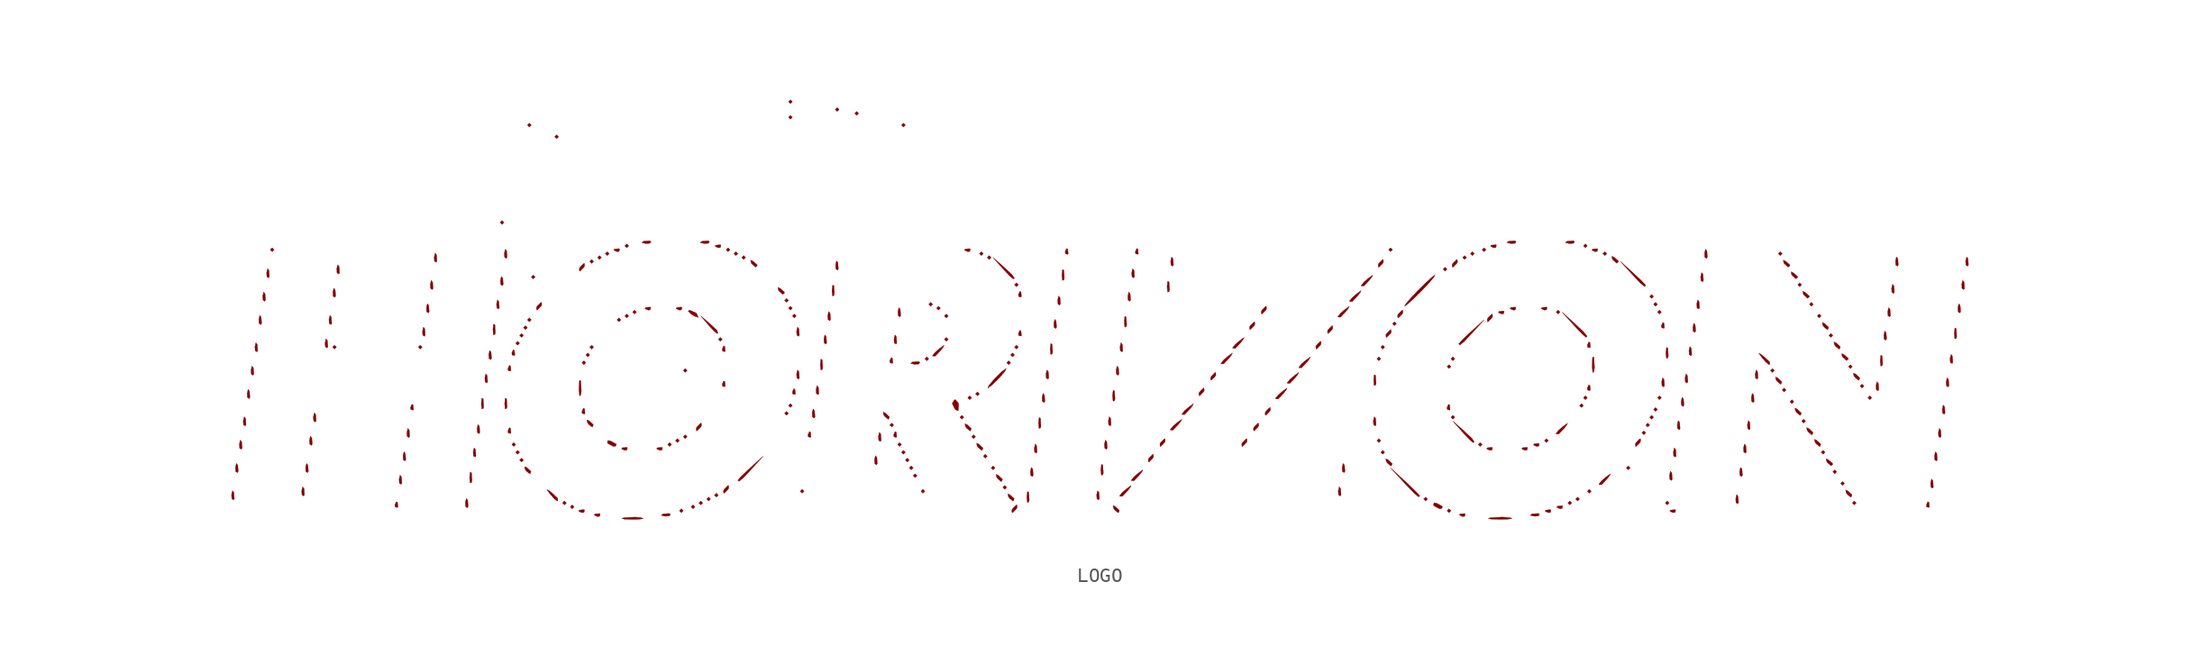
<source format=kicad_sym>
(kicad_symbol_lib
  (version 20220914)
  (generator "bitmap2component")
  (generator_version "9.0")
  (symbol "LOGO"
    (pin_names
      (offset 1.016))
    (property "Reference" "#G"
      (at 0 26.386 0)
      (effects (font (size 1.27 1.27)) hide))
    (symbol "LOGO_0_0"
      (polyline (pts (xy -30.948 -5.323) (xy -30.609 -5.28) (xy -30.737 -5.213) (xy -31.165 -5.169) (xy -31.953 -5.213) (xy -32.09 -5.256) (xy -31.929 -5.309) (xy -31.345 -5.331) (xy -30.948 -5.323)) (stroke (width 0.01) (type default)) (fill (type outline)))
      (polyline (pts (xy 29.279 -5.318) (xy 29.633 -5.277) (xy 29.524 -5.214) (xy 28.973 -5.166) (xy 28.173 -5.21) (xy 27.985 -5.258) (xy 28.165 -5.307) (xy 28.778 -5.327) (xy 29.279 -5.318)) (stroke (width 0.01) (type default)) (fill (type outline)))
      (polyline (pts (xy -33.634 -5.114) (xy -33.596 -4.954) (xy -33.636 -4.921) (xy -33.957 -4.954) (xy -33.999 -5.035) (xy -33.777 -5.134) (xy -33.634 -5.114)) (stroke (width 0.01) (type default)) (fill (type outline)))
      (polyline (pts (xy -28.796 -5.093) (xy -28.716 -4.971) (xy -28.811 -4.917) (xy -29.234 -4.949) (xy -29.359 -5.047) (xy -29.07 -5.113) (xy -28.796 -5.093)) (stroke (width 0.01) (type default)) (fill (type outline)))
      (polyline (pts (xy 26.354 -5.114) (xy 26.391 -4.954) (xy 26.351 -4.921) (xy 26.03 -4.954) (xy 25.988 -5.035) (xy 26.211 -5.134) (xy 26.354 -5.114)) (stroke (width 0.01) (type default)) (fill (type outline)))
      (polyline (pts (xy 31.461 -5.093) (xy 31.542 -4.971) (xy 31.446 -4.917) (xy 31.024 -4.949) (xy 30.899 -5.047) (xy 31.187 -5.113) (xy 31.461 -5.093)) (stroke (width 0.01) (type default)) (fill (type outline)))
      (polyline (pts (xy -34.715 -4.844) (xy -34.677 -4.684) (xy -34.717 -4.651) (xy -35.038 -4.684) (xy -35.08 -4.765) (xy -34.858 -4.864) (xy -34.715 -4.844)) (stroke (width 0.01) (type default)) (fill (type outline)))
      (polyline (pts (xy -27.832 -4.729) (xy -27.967 -4.593) (xy -28.102 -4.729) (xy -27.967 -4.864) (xy -27.832 -4.729)) (stroke (width 0.01) (type default)) (fill (type outline)))
      (polyline (pts (xy -4.983 -4.852) (xy -4.729 -4.593) (xy -4.678 -4.498) (xy -4.697 -4.323) (xy -4.744 -4.335) (xy -4.999 -4.593) (xy -5.049 -4.689) (xy -5.031 -4.864) (xy -4.983 -4.852)) (stroke (width 0.01) (type default)) (fill (type outline)))
      (polyline (pts (xy 2.35 -4.861) (xy 2.41 -4.705) (xy 2.12 -4.433) (xy 1.969 -4.367) (xy 2.001 -4.552) (xy 2.084 -4.672) (xy 2.313 -4.864) (xy 2.35 -4.861)) (stroke (width 0.01) (type default)) (fill (type outline)))
      (polyline (pts (xy 25.4 -4.729) (xy 25.265 -4.593) (xy 25.13 -4.729) (xy 25.265 -4.864) (xy 25.4 -4.729)) (stroke (width 0.01) (type default)) (fill (type outline)))
      (polyline (pts (xy 32.298 -4.844) (xy 32.335 -4.684) (xy 32.296 -4.651) (xy 31.975 -4.684) (xy 31.933 -4.765) (xy 32.155 -4.864) (xy 32.298 -4.844)) (stroke (width 0.01) (type default)) (fill (type outline)))
      (polyline (pts (xy 40.945 -4.844) (xy 40.982 -4.684) (xy 40.943 -4.651) (xy 40.622 -4.684) (xy 40.58 -4.765) (xy 40.802 -4.864) (xy 40.945 -4.844)) (stroke (width 0.01) (type default)) (fill (type outline)))
      (polyline (pts (xy -47.615 -4.464) (xy -47.648 -4.143) (xy -47.729 -4.101) (xy -47.828 -4.323) (xy -47.808 -4.466) (xy -47.648 -4.503) (xy -47.615 -4.464)) (stroke (width 0.01) (type default)) (fill (type outline)))
      (polyline (pts (xy -42.747 -4.425) (xy -42.779 -4.003) (xy -42.877 -3.877) (xy -42.943 -4.166) (xy -42.923 -4.44) (xy -42.801 -4.52) (xy -42.747 -4.425)) (stroke (width 0.01) (type default)) (fill (type outline)))
      (polyline (pts (xy -35.398 -4.458) (xy -35.533 -4.323) (xy -35.668 -4.458) (xy -35.533 -4.593) (xy -35.398 -4.458)) (stroke (width 0.01) (type default)) (fill (type outline)))
      (polyline (pts (xy -27.021 -4.458) (xy -27.156 -4.323) (xy -27.291 -4.458) (xy -27.156 -4.593) (xy -27.021 -4.458)) (stroke (width 0.01) (type default)) (fill (type outline)))
      (polyline (pts (xy 24.757 -4.579) (xy 24.82 -4.438) (xy 24.44 -4.22) (xy 24.229 -4.173) (xy 24.186 -4.326) (xy 24.239 -4.397) (xy 24.605 -4.593) (xy 24.757 -4.579)) (stroke (width 0.01) (type default)) (fill (type outline)))
      (polyline (pts (xy 33.109 -4.574) (xy 33.146 -4.413) (xy 33.106 -4.381) (xy 32.786 -4.413) (xy 32.743 -4.495) (xy 32.966 -4.593) (xy 33.109 -4.574)) (stroke (width 0.01) (type default)) (fill (type outline)))
      (polyline (pts (xy 58.578 -4.464) (xy 58.546 -4.143) (xy 58.465 -4.101) (xy 58.366 -4.323) (xy 58.385 -4.466) (xy 58.546 -4.503) (xy 58.578 -4.464)) (stroke (width 0.01) (type default)) (fill (type outline)))
      (polyline (pts (xy -35.938 -4.188) (xy -36.074 -4.053) (xy -36.209 -4.188) (xy -36.074 -4.323) (xy -35.938 -4.188)) (stroke (width 0.01) (type default)) (fill (type outline)))
      (polyline (pts (xy -26.481 -4.188) (xy -26.616 -4.053) (xy -26.751 -4.188) (xy -26.616 -4.323) (xy -26.481 -4.188)) (stroke (width 0.01) (type default)) (fill (type outline)))
      (polyline (pts (xy -3.874 -4.121) (xy -3.839 -3.998) (xy -3.874 -3.445) (xy -3.968 -3.399) (xy -4.011 -3.783) (xy -3.973 -4.155) (xy -3.874 -4.121)) (stroke (width 0.01) (type default)) (fill (type outline)))
      (polyline (pts (xy 33.776 -4.188) (xy 33.641 -4.053) (xy 33.506 -4.188) (xy 33.641 -4.323) (xy 33.776 -4.188)) (stroke (width 0.01) (type default)) (fill (type outline)))
      (polyline (pts (xy 40.532 -4.188) (xy 40.397 -4.053) (xy 40.262 -4.188) (xy 40.397 -4.323) (xy 40.532 -4.188)) (stroke (width 0.01) (type default)) (fill (type outline)))
      (polyline (pts (xy 45.342 -4.155) (xy 45.31 -3.732) (xy 45.213 -3.607) (xy 45.147 -3.896) (xy 45.166 -4.17) (xy 45.289 -4.25) (xy 45.342 -4.155)) (stroke (width 0.01) (type default)) (fill (type outline)))
      (polyline (pts (xy 53.502 -4.188) (xy 53.367 -4.053) (xy 53.232 -4.188) (xy 53.367 -4.323) (xy 53.502 -4.188)) (stroke (width 0.01) (type default)) (fill (type outline)))
      (polyline (pts (xy -58.96 -3.884) (xy -58.992 -3.462) (xy -59.089 -3.337) (xy -59.155 -3.625) (xy -59.136 -3.899) (xy -59.013 -3.98) (xy -58.96 -3.884)) (stroke (width 0.01) (type default)) (fill (type outline)))
      (polyline (pts (xy -36.533 -4.049) (xy -36.532 -3.873) (xy -36.952 -3.478) (xy -37.147 -3.327) (xy -37.287 -3.26) (xy -37.054 -3.58) (xy -36.806 -3.869) (xy -36.581 -4.053) (xy -36.533 -4.049)) (stroke (width 0.01) (type default)) (fill (type outline)))
      (polyline (pts (xy -25.941 -3.918) (xy -26.076 -3.783) (xy -26.211 -3.918) (xy -26.076 -4.053) (xy -25.941 -3.918)) (stroke (width 0.01) (type default)) (fill (type outline)))
      (polyline (pts (xy -4.945 -4.051) (xy -4.886 -3.894) (xy -5.176 -3.622) (xy -5.327 -3.556) (xy -5.295 -3.741) (xy -5.212 -3.861) (xy -4.983 -4.053) (xy -4.945 -4.051)) (stroke (width 0.01) (type default)) (fill (type outline)))
      (polyline (pts (xy 1.027 -3.884) (xy 0.995 -3.462) (xy 0.898 -3.337) (xy 0.832 -3.625) (xy 0.851 -3.899) (xy 0.974 -3.98) (xy 1.027 -3.884)) (stroke (width 0.01) (type default)) (fill (type outline)))
      (polyline (pts (xy 23.779 -3.918) (xy 23.644 -3.783) (xy 23.509 -3.918) (xy 23.644 -4.053) (xy 23.779 -3.918)) (stroke (width 0.01) (type default)) (fill (type outline)))
      (polyline (pts (xy 34.317 -3.918) (xy 34.182 -3.783) (xy 34.047 -3.918) (xy 34.182 -4.053) (xy 34.317 -3.918)) (stroke (width 0.01) (type default)) (fill (type outline)))
      (polyline (pts (xy -54.096 -3.614) (xy -54.128 -3.192) (xy -54.225 -3.067) (xy -54.291 -3.355) (xy -54.272 -3.629) (xy -54.15 -3.71) (xy -54.096 -3.614)) (stroke (width 0.01) (type default)) (fill (type outline)))
      (polyline (pts (xy -25.4 -3.648) (xy -25.535 -3.513) (xy -25.67 -3.648) (xy -25.535 -3.783) (xy -25.4 -3.648)) (stroke (width 0.01) (type default)) (fill (type outline)))
      (polyline (pts (xy 3.007 -3.31) (xy 3.158 -3.114) (xy 3.225 -2.974) (xy 2.905 -3.208) (xy 2.616 -3.455) (xy 2.432 -3.681) (xy 2.436 -3.728) (xy 2.612 -3.73) (xy 3.007 -3.31)) (stroke (width 0.01) (type default)) (fill (type outline)))
      (polyline (pts (xy 17.781 -3.614) (xy 17.748 -3.192) (xy 17.651 -3.067) (xy 17.585 -3.355) (xy 17.604 -3.629) (xy 17.727 -3.71) (xy 17.781 -3.614)) (stroke (width 0.01) (type default)) (fill (type outline)))
      (polyline (pts (xy 23.238 -3.701) (xy 23.168 -3.606) (xy 22.801 -3.231) (xy 22.225 -2.688) (xy 21.212 -1.756) (xy 22.143 -2.77) (xy 22.367 -3.012) (xy 22.896 -3.558) (xy 23.164 -3.768) (xy 23.238 -3.701)) (stroke (width 0.01) (type default)) (fill (type outline)))
      (polyline (pts (xy 53.151 -3.78) (xy 53.21 -3.624) (xy 52.92 -3.352) (xy 52.769 -3.286) (xy 52.801 -3.471) (xy 52.884 -3.591) (xy 53.113 -3.783) (xy 53.151 -3.78)) (stroke (width 0.01) (type default)) (fill (type outline)))
      (polyline (pts (xy -24.979 -3.501) (xy -24.724 -3.243) (xy -24.674 -3.147) (xy -24.693 -2.972) (xy -24.74 -2.984) (xy -24.995 -3.243) (xy -25.045 -3.338) (xy -25.027 -3.513) (xy -24.979 -3.501)) (stroke (width 0.01) (type default)) (fill (type outline)))
      (polyline (pts (xy -19.455 -3.378) (xy -19.59 -3.243) (xy -19.726 -3.378) (xy -19.59 -3.513) (xy -19.455 -3.378)) (stroke (width 0.01) (type default)) (fill (type outline)))
      (polyline (pts (xy -11.079 -3.378) (xy -11.214 -3.243) (xy -11.349 -3.378) (xy -11.214 -3.513) (xy -11.079 -3.378)) (stroke (width 0.01) (type default)) (fill (type outline)))
      (polyline (pts (xy 35.128 -3.378) (xy 34.992 -3.243) (xy 34.857 -3.378) (xy 34.992 -3.513) (xy 35.128 -3.378)) (stroke (width 0.01) (type default)) (fill (type outline)))
      (polyline (pts (xy -5.404 -3.107) (xy -5.539 -2.972) (xy -5.675 -3.107) (xy -5.539 -3.243) (xy -5.404 -3.107)) (stroke (width 0.01) (type default)) (fill (type outline)))
      (polyline (pts (xy 58.853 -3.074) (xy 58.821 -2.651) (xy 58.723 -2.526) (xy 58.657 -2.815) (xy 58.677 -3.089) (xy 58.799 -3.169) (xy 58.853 -3.074)) (stroke (width 0.01) (type default)) (fill (type outline)))
      (polyline (pts (xy -47.341 -2.804) (xy -47.373 -2.381) (xy -47.47 -2.256) (xy -47.536 -2.544) (xy -47.517 -2.818) (xy -47.394 -2.899) (xy -47.341 -2.804)) (stroke (width 0.01) (type default)) (fill (type outline)))
      (polyline (pts (xy -42.515 -2.77) (xy -42.479 -2.647) (xy -42.515 -2.094) (xy -42.608 -2.048) (xy -42.651 -2.432) (xy -42.613 -2.804) (xy -42.515 -2.77)) (stroke (width 0.01) (type default)) (fill (type outline)))
      (polyline (pts (xy 36.243 -2.499) (xy 36.394 -2.304) (xy 36.461 -2.164) (xy 36.141 -2.397) (xy 35.853 -2.645) (xy 35.668 -2.87) (xy 35.672 -2.918) (xy 35.849 -2.92) (xy 36.243 -2.499)) (stroke (width 0.01) (type default)) (fill (type outline)))
      (polyline (pts (xy 52.691 -2.837) (xy 52.556 -2.702) (xy 52.421 -2.837) (xy 52.556 -2.972) (xy 52.691 -2.837)) (stroke (width 0.01) (type default)) (fill (type outline)))
      (polyline (pts (xy -23.663 -2.438) (xy -23.086 -1.824) (xy -22.293 -0.946) (xy -23.171 -1.739) (xy -23.412 -1.961) (xy -23.868 -2.403) (xy -24.049 -2.618) (xy -24.049 -2.62) (xy -23.962 -2.686) (xy -23.663 -2.438)) (stroke (width 0.01) (type default)) (fill (type outline)))
      (polyline (pts (xy -5.756 -2.699) (xy -5.696 -2.543) (xy -5.987 -2.271) (xy -6.138 -2.205) (xy -6.106 -2.39) (xy -6.022 -2.51) (xy -5.794 -2.702) (xy -5.756 -2.699)) (stroke (width 0.01) (type default)) (fill (type outline)))
      (polyline (pts (xy 3.817 -2.229) (xy 3.968 -2.033) (xy 4.035 -1.893) (xy 3.715 -2.127) (xy 3.427 -2.374) (xy 3.243 -2.6) (xy 3.247 -2.647) (xy 3.423 -2.649) (xy 3.817 -2.229)) (stroke (width 0.01) (type default)) (fill (type outline)))
      (polyline (pts (xy 40.749 -2.533) (xy 40.716 -2.111) (xy 40.619 -1.986) (xy 40.553 -2.274) (xy 40.572 -2.548) (xy 40.695 -2.629) (xy 40.749 -2.533)) (stroke (width 0.01) (type default)) (fill (type outline)))
      (polyline (pts (xy -11.619 -2.297) (xy -11.754 -2.162) (xy -11.889 -2.297) (xy -11.754 -2.432) (xy -11.619 -2.297)) (stroke (width 0.01) (type default)) (fill (type outline)))
      (polyline (pts (xy -3.566 -2.263) (xy -3.599 -1.841) (xy -3.696 -1.716) (xy -3.762 -2.004) (xy -3.743 -2.278) (xy -3.62 -2.359) (xy -3.566 -2.263)) (stroke (width 0.01) (type default)) (fill (type outline)))
      (polyline (pts (xy 1.26 -2.229) (xy 1.295 -2.107) (xy 1.26 -1.554) (xy 1.166 -1.508) (xy 1.123 -1.891) (xy 1.161 -2.263) (xy 1.26 -2.229)) (stroke (width 0.01) (type default)) (fill (type outline)))
      (polyline (pts (xy 45.612 -2.263) (xy 45.58 -1.841) (xy 45.483 -1.716) (xy 45.417 -2.004) (xy 45.436 -2.278) (xy 45.559 -2.359) (xy 45.612 -2.263)) (stroke (width 0.01) (type default)) (fill (type outline)))
      (polyline (pts (xy -58.69 -1.993) (xy -58.722 -1.571) (xy -58.819 -1.446) (xy -58.885 -1.734) (xy -58.866 -2.008) (xy -58.743 -2.088) (xy -58.69 -1.993)) (stroke (width 0.01) (type default)) (fill (type outline)))
      (polyline (pts (xy -53.826 -1.993) (xy -53.858 -1.571) (xy -53.955 -1.446) (xy -54.021 -1.734) (xy -54.002 -2.008) (xy -53.879 -2.088) (xy -53.826 -1.993)) (stroke (width 0.01) (type default)) (fill (type outline)))
      (polyline (pts (xy -38.452 -2.159) (xy -38.392 -2.003) (xy -38.682 -1.73) (xy -38.833 -1.665) (xy -38.801 -1.85) (xy -38.718 -1.97) (xy -38.489 -2.162) (xy -38.452 -2.159)) (stroke (width 0.01) (type default)) (fill (type outline)))
      (polyline (pts (xy 18.051 -1.993) (xy 18.019 -1.571) (xy 17.921 -1.446) (xy 17.855 -1.734) (xy 17.874 -2.008) (xy 17.997 -2.088) (xy 18.051 -1.993)) (stroke (width 0.01) (type default)) (fill (type outline)))
      (polyline (pts (xy 52.151 -2.026) (xy 52.016 -1.891) (xy 51.881 -2.026) (xy 52.016 -2.162) (xy 52.151 -2.026)) (stroke (width 0.01) (type default)) (fill (type outline)))
      (polyline (pts (xy -11.889 -1.756) (xy -12.024 -1.621) (xy -12.16 -1.756) (xy -12.024 -1.891) (xy -11.889 -1.756)) (stroke (width 0.01) (type default)) (fill (type outline)))
      (polyline (pts (xy -6.215 -1.756) (xy -6.35 -1.621) (xy -6.485 -1.756) (xy -6.35 -1.891) (xy -6.215 -1.756)) (stroke (width 0.01) (type default)) (fill (type outline)))
      (polyline (pts (xy 37.83 -1.756) (xy 37.695 -1.621) (xy 37.559 -1.756) (xy 37.695 -1.891) (xy 37.83 -1.756)) (stroke (width 0.01) (type default)) (fill (type outline)))
      (polyline (pts (xy -14.375 -1.452) (xy -14.407 -1.03) (xy -14.504 -0.905) (xy -14.57 -1.193) (xy -14.551 -1.467) (xy -14.428 -1.548) (xy -14.375 -1.452)) (stroke (width 0.01) (type default)) (fill (type outline)))
      (polyline (pts (xy 21.265 -1.619) (xy 21.325 -1.462) (xy 21.035 -1.19) (xy 20.884 -1.124) (xy 20.916 -1.309) (xy 20.999 -1.429) (xy 21.228 -1.621) (xy 21.265 -1.619)) (stroke (width 0.01) (type default)) (fill (type outline)))
      (polyline (pts (xy 51.881 -1.502) (xy 51.857 -1.441) (xy 51.569 -1.19) (xy 51.418 -1.124) (xy 51.45 -1.309) (xy 51.486 -1.364) (xy 51.753 -1.613) (xy 51.881 -1.502)) (stroke (width 0.01) (type default)) (fill (type outline)))
      (polyline (pts (xy -47.071 -1.182) (xy -47.103 -0.76) (xy -47.2 -0.635) (xy -47.266 -0.923) (xy -47.247 -1.197) (xy -47.124 -1.278) (xy -47.071 -1.182)) (stroke (width 0.01) (type default)) (fill (type outline)))
      (polyline (pts (xy -38.911 -1.216) (xy -39.046 -1.081) (xy -39.181 -1.216) (xy -39.046 -1.351) (xy -38.911 -1.216)) (stroke (width 0.01) (type default)) (fill (type outline)))
      (polyline (pts (xy -12.16 -1.216) (xy -12.295 -1.081) (xy -12.43 -1.216) (xy -12.295 -1.351) (xy -12.16 -1.216)) (stroke (width 0.01) (type default)) (fill (type outline)))
      (polyline (pts (xy 4.474 -1.339) (xy 4.729 -1.081) (xy 4.779 -0.985) (xy 4.761 -0.811) (xy 4.713 -0.823) (xy 4.458 -1.081) (xy 4.408 -1.176) (xy 4.427 -1.351) (xy 4.474 -1.339)) (stroke (width 0.01) (type default)) (fill (type outline)))
      (polyline (pts (xy 59.123 -1.182) (xy 59.091 -0.76) (xy 58.994 -0.635) (xy 58.928 -0.923) (xy 58.947 -1.197) (xy 59.07 -1.278) (xy 59.123 -1.182)) (stroke (width 0.01) (type default)) (fill (type outline)))
      (polyline (pts (xy -42.207 -0.912) (xy -42.239 -0.49) (xy -42.336 -0.365) (xy -42.402 -0.653) (xy -42.383 -0.927) (xy -42.26 -1.008) (xy -42.207 -0.912)) (stroke (width 0.01) (type default)) (fill (type outline)))
      (polyline (pts (xy -6.755 -0.946) (xy -6.891 -0.811) (xy -7.026 -0.946) (xy -6.891 -1.081) (xy -6.755 -0.946)) (stroke (width 0.01) (type default)) (fill (type outline)))
      (polyline (pts (xy 41.019 -0.912) (xy 40.987 -0.49) (xy 40.889 -0.365) (xy 40.823 -0.653) (xy 40.843 -0.927) (xy 40.965 -1.008) (xy 41.019 -0.912)) (stroke (width 0.01) (type default)) (fill (type outline)))
      (polyline (pts (xy -39.181 -0.675) (xy -39.316 -0.54) (xy -39.451 -0.675) (xy -39.316 -0.811) (xy -39.181 -0.675)) (stroke (width 0.01) (type default)) (fill (type outline)))
      (polyline (pts (xy -12.43 -0.675) (xy -12.565 -0.54) (xy -12.7 -0.675) (xy -12.565 -0.811) (xy -12.43 -0.675)) (stroke (width 0.01) (type default)) (fill (type outline)))
      (polyline (pts (xy -3.296 -0.642) (xy -3.328 -0.22) (xy -3.425 -0.094) (xy -3.491 -0.383) (xy -3.472 -0.657) (xy -3.35 -0.737) (xy -3.296 -0.642)) (stroke (width 0.01) (type default)) (fill (type outline)))
      (polyline (pts (xy 20.806 -0.675) (xy 20.671 -0.54) (xy 20.536 -0.675) (xy 20.671 -0.811) (xy 20.806 -0.675)) (stroke (width 0.01) (type default)) (fill (type outline)))
      (polyline (pts (xy 45.883 -0.642) (xy 45.85 -0.22) (xy 45.753 -0.094) (xy 45.687 -0.383) (xy 45.706 -0.657) (xy 45.829 -0.737) (xy 45.883 -0.642)) (stroke (width 0.01) (type default)) (fill (type outline)))
      (polyline (pts (xy 51.34 -0.675) (xy 51.205 -0.54) (xy 51.07 -0.675) (xy 51.205 -0.811) (xy 51.34 -0.675)) (stroke (width 0.01) (type default)) (fill (type outline)))
      (polyline (pts (xy -58.419 -0.372) (xy -58.452 0.051) (xy -58.549 0.176) (xy -58.615 -0.113) (xy -58.596 -0.387) (xy -58.473 -0.467) (xy -58.419 -0.372)) (stroke (width 0.01) (type default)) (fill (type outline)))
      (polyline (pts (xy -31.742 -0.521) (xy -31.705 -0.36) (xy -31.745 -0.328) (xy -32.065 -0.36) (xy -32.108 -0.442) (xy -31.885 -0.54) (xy -31.742 -0.521)) (stroke (width 0.01) (type default)) (fill (type outline)))
      (polyline (pts (xy -29.31 -0.521) (xy -29.273 -0.36) (xy -29.313 -0.328) (xy -29.633 -0.36) (xy -29.676 -0.442) (xy -29.453 -0.54) (xy -29.31 -0.521)) (stroke (width 0.01) (type default)) (fill (type outline)))
      (polyline (pts (xy -7.107 -0.538) (xy -7.048 -0.381) (xy -7.338 -0.109) (xy -7.489 -0.043) (xy -7.457 -0.228) (xy -7.373 -0.348) (xy -7.145 -0.54) (xy -7.107 -0.538)) (stroke (width 0.01) (type default)) (fill (type outline)))
      (polyline (pts (xy 1.568 -0.372) (xy 1.536 0.051) (xy 1.438 0.176) (xy 1.372 -0.113) (xy 1.391 -0.387) (xy 1.514 -0.467) (xy 1.568 -0.372)) (stroke (width 0.01) (type default)) (fill (type outline)))
      (polyline (pts (xy 28.245 -0.521) (xy 28.282 -0.36) (xy 28.243 -0.328) (xy 27.922 -0.36) (xy 27.88 -0.442) (xy 28.102 -0.54) (xy 28.245 -0.521)) (stroke (width 0.01) (type default)) (fill (type outline)))
      (polyline (pts (xy 30.677 -0.521) (xy 30.714 -0.36) (xy 30.674 -0.328) (xy 30.354 -0.36) (xy 30.312 -0.442) (xy 30.534 -0.54) (xy 30.677 -0.521)) (stroke (width 0.01) (type default)) (fill (type outline)))
      (polyline (pts (xy -53.556 -0.101) (xy -53.588 0.321) (xy -53.685 0.446) (xy -53.751 0.158) (xy -53.732 -0.116) (xy -53.609 -0.197) (xy -53.556 -0.101)) (stroke (width 0.01) (type default)) (fill (type outline)))
      (polyline (pts (xy -39.451 -0.135) (xy -39.586 0.000100) (xy -39.721 -0.135) (xy -39.586 -0.27) (xy -39.451 -0.135)) (stroke (width 0.01) (type default)) (fill (type outline)))
      (polyline (pts (xy -32.528 -0.256) (xy -32.465 -0.115) (xy -32.845 0.103) (xy -33.056 0.15) (xy -33.099 -0.003) (xy -33.046 -0.074) (xy -32.68 -0.27) (xy -32.528 -0.256)) (stroke (width 0.01) (type default)) (fill (type outline)))
      (polyline (pts (xy -28.643 -0.135) (xy -28.778 0.000100) (xy -28.913 -0.135) (xy -28.778 -0.27) (xy -28.643 -0.135)) (stroke (width 0.01) (type default)) (fill (type outline)))
      (polyline (pts (xy -12.7 -0.135) (xy -12.835 0.000100) (xy -12.97 -0.135) (xy -12.835 -0.27) (xy -12.7 -0.135)) (stroke (width 0.01) (type default)) (fill (type outline)))
      (polyline (pts (xy 5.285 -0.258) (xy 5.539 0.000100) (xy 5.59 0.096) (xy 5.571 0.27) (xy 5.524 0.258) (xy 5.269 0.000100) (xy 5.219 -0.096) (xy 5.237 -0.27) (xy 5.285 -0.258)) (stroke (width 0.01) (type default)) (fill (type outline)))
      (polyline (pts (xy 10.959 -0.258) (xy 11.214 0.000100) (xy 11.264 0.096) (xy 11.246 0.27) (xy 11.198 0.258) (xy 10.944 0.000100) (xy 10.893 -0.096) (xy 10.912 -0.27) (xy 10.959 -0.258)) (stroke (width 0.01) (type default)) (fill (type outline)))
      (polyline (pts (xy 27.562 -0.135) (xy 27.427 0.000100) (xy 27.291 -0.135) (xy 27.427 -0.27) (xy 27.562 -0.135)) (stroke (width 0.01) (type default)) (fill (type outline)))
      (polyline (pts (xy 31.488 -0.251) (xy 31.525 -0.09) (xy 31.485 -0.058) (xy 31.165 -0.09) (xy 31.122 -0.171) (xy 31.345 -0.27) (xy 31.488 -0.251)) (stroke (width 0.01) (type default)) (fill (type outline)))
      (polyline (pts (xy 38.251 -0.258) (xy 38.505 0.000100) (xy 38.556 0.096) (xy 38.537 0.27) (xy 38.49 0.258) (xy 38.235 0.000100) (xy 38.185 -0.096) (xy 38.203 -0.27) (xy 38.251 -0.258)) (stroke (width 0.01) (type default)) (fill (type outline)))
      (polyline (pts (xy 50.989 -0.268) (xy 51.048 -0.111) (xy 50.758 0.161) (xy 50.607 0.227) (xy 50.639 0.042) (xy 50.722 -0.078) (xy 50.951 -0.27) (xy 50.989 -0.268)) (stroke (width 0.01) (type default)) (fill (type outline)))
      (polyline (pts (xy -28.102 0.135) (xy -28.237 0.27) (xy -28.372 0.135) (xy -28.237 0.000100) (xy -28.102 0.135)) (stroke (width 0.01) (type default)) (fill (type outline)))
      (polyline (pts (xy -14.104 0.169) (xy -14.137 0.591) (xy -14.234 0.716) (xy -14.3 0.428) (xy -14.281 0.154) (xy -14.158 0.073) (xy -14.104 0.169)) (stroke (width 0.01) (type default)) (fill (type outline)))
      (polyline (pts (xy 20.536 0.135) (xy 20.401 0.27) (xy 20.266 0.135) (xy 20.401 0.000100) (xy 20.536 0.135)) (stroke (width 0.01) (type default)) (fill (type outline)))
      (polyline (pts (xy 27.018 0.047) (xy 26.843 0.303) (xy 26.278 0.831) (xy 25.535 1.486) (xy 26.19 0.743) (xy 26.292 0.629) (xy 26.716 0.181) (xy 26.933 0.000100) (xy 27.018 0.047)) (stroke (width 0.01) (type default)) (fill (type outline)))
      (polyline (pts (xy 32.155 0.135) (xy 32.02 0.27) (xy 31.885 0.135) (xy 32.02 0.000100) (xy 32.155 0.135)) (stroke (width 0.01) (type default)) (fill (type outline)))
      (polyline (pts (xy -46.8 0.439) (xy -46.833 0.861) (xy -46.93 0.986) (xy -46.996 0.698) (xy -46.977 0.424) (xy -46.854 0.344) (xy -46.8 0.439)) (stroke (width 0.01) (type default)) (fill (type outline)))
      (polyline (pts (xy -27.562 0.405) (xy -27.697 0.54) (xy -27.832 0.405) (xy -27.697 0.27) (xy -27.562 0.405)) (stroke (width 0.01) (type default)) (fill (type outline)))
      (polyline (pts (xy -18.973 0.4) (xy -19.005 0.721) (xy -19.086 0.763) (xy -19.185 0.54) (xy -19.166 0.397) (xy -19.005 0.36) (xy -18.973 0.4)) (stroke (width 0.01) (type default)) (fill (type outline)))
      (polyline (pts (xy -13.028 0.4) (xy -13.06 0.721) (xy -13.142 0.763) (xy -13.241 0.54) (xy -13.221 0.397) (xy -13.06 0.36) (xy -13.028 0.4)) (stroke (width 0.01) (type default)) (fill (type outline)))
      (polyline (pts (xy -7.566 0.405) (xy -7.701 0.54) (xy -7.836 0.405) (xy -7.701 0.27) (xy -7.566 0.405)) (stroke (width 0.01) (type default)) (fill (type outline)))
      (polyline (pts (xy 59.393 0.439) (xy 59.361 0.861) (xy 59.264 0.986) (xy 59.198 0.698) (xy 59.217 0.424) (xy 59.34 0.344) (xy 59.393 0.439)) (stroke (width 0.01) (type default)) (fill (type outline)))
      (polyline (pts (xy -41.937 0.709) (xy -41.969 1.132) (xy -42.066 1.257) (xy -42.132 0.968) (xy -42.113 0.694) (xy -41.99 0.614) (xy -41.937 0.709)) (stroke (width 0.01) (type default)) (fill (type outline)))
      (polyline (pts (xy -39.779 0.67) (xy -39.811 0.991) (xy -39.893 1.033) (xy -39.992 0.811) (xy -39.972 0.668) (xy -39.811 0.631) (xy -39.779 0.67)) (stroke (width 0.01) (type default)) (fill (type outline)))
      (polyline (pts (xy 33.271 1.013) (xy 33.422 1.209) (xy 33.489 1.349) (xy 33.169 1.115) (xy 32.88 0.868) (xy 32.696 0.642) (xy 32.7 0.595) (xy 32.876 0.593) (xy 33.271 1.013)) (stroke (width 0.01) (type default)) (fill (type outline)))
      (polyline (pts (xy 38.911 0.676) (xy 38.776 0.811) (xy 38.64 0.676) (xy 38.776 0.54) (xy 38.911 0.676)) (stroke (width 0.01) (type default)) (fill (type outline)))
      (polyline (pts (xy 50.448 0.543) (xy 50.508 0.7) (xy 50.218 0.972) (xy 50.067 1.037) (xy 50.099 0.853) (xy 50.182 0.732) (xy 50.411 0.54) (xy 50.448 0.543)) (stroke (width 0.01) (type default)) (fill (type outline)))
      (polyline (pts (xy -26.871 0.823) (xy -26.616 1.081) (xy -26.566 1.177) (xy -26.584 1.351) (xy -26.632 1.339) (xy -26.886 1.081) (xy -26.937 0.985) (xy -26.918 0.811) (xy -26.871 0.823)) (stroke (width 0.01) (type default)) (fill (type outline)))
      (polyline (pts (xy -7.918 0.813) (xy -7.858 0.97) (xy -8.148 1.242) (xy -8.299 1.308) (xy -8.267 1.123) (xy -8.184 1.003) (xy -7.955 0.811) (xy -7.918 0.813)) (stroke (width 0.01) (type default)) (fill (type outline)))
      (polyline (pts (xy -3.064 1.013) (xy -3.028 1.136) (xy -3.064 1.689) (xy -3.158 1.735) (xy -3.2 1.351) (xy -3.162 0.979) (xy -3.064 1.013)) (stroke (width 0.01) (type default)) (fill (type outline)))
      (polyline (pts (xy 6.519 1.284) (xy 6.67 1.479) (xy 6.738 1.619) (xy 6.418 1.386) (xy 6.129 1.138) (xy 5.945 0.913) (xy 5.949 0.865) (xy 6.125 0.864) (xy 6.519 1.284)) (stroke (width 0.01) (type default)) (fill (type outline)))
      (polyline (pts (xy 11.77 0.823) (xy 12.024 1.081) (xy 12.075 1.177) (xy 12.056 1.351) (xy 12.009 1.339) (xy 11.754 1.081) (xy 11.704 0.985) (xy 11.722 0.811) (xy 11.77 0.823)) (stroke (width 0.01) (type default)) (fill (type outline)))
      (polyline (pts (xy 41.289 0.98) (xy 41.257 1.402) (xy 41.16 1.527) (xy 41.094 1.238) (xy 41.113 0.965) (xy 41.236 0.884) (xy 41.289 0.98)) (stroke (width 0.01) (type default)) (fill (type outline)))
      (polyline (pts (xy 46.153 0.98) (xy 46.121 1.402) (xy 46.023 1.527) (xy 45.957 1.238) (xy 45.977 0.965) (xy 46.099 0.884) (xy 46.153 0.98)) (stroke (width 0.01) (type default)) (fill (type outline)))
      (polyline (pts (xy -58.149 1.25) (xy -58.181 1.672) (xy -58.279 1.797) (xy -58.345 1.509) (xy -58.326 1.235) (xy -58.203 1.154) (xy -58.149 1.25)) (stroke (width 0.01) (type default)) (fill (type outline)))
      (polyline (pts (xy -34.128 1.084) (xy -34.069 1.24) (xy -34.359 1.512) (xy -34.51 1.578) (xy -34.478 1.393) (xy -34.395 1.273) (xy -34.166 1.081) (xy -34.128 1.084)) (stroke (width 0.01) (type default)) (fill (type outline)))
      (polyline (pts (xy -13.241 1.216) (xy -13.376 1.351) (xy -13.511 1.216) (xy -13.376 1.081) (xy -13.241 1.216)) (stroke (width 0.01) (type default)) (fill (type outline)))
      (polyline (pts (xy 1.838 1.25) (xy 1.806 1.672) (xy 1.708 1.797) (xy 1.643 1.509) (xy 1.662 1.235) (xy 1.784 1.154) (xy 1.838 1.25)) (stroke (width 0.01) (type default)) (fill (type outline)))
      (polyline (pts (xy 20.212 1.25) (xy 20.18 1.672) (xy 20.083 1.797) (xy 20.017 1.509) (xy 20.036 1.235) (xy 20.159 1.154) (xy 20.212 1.25)) (stroke (width 0.01) (type default)) (fill (type outline)))
      (polyline (pts (xy 39.181 1.216) (xy 39.046 1.351) (xy 38.911 1.216) (xy 39.046 1.081) (xy 39.181 1.216)) (stroke (width 0.01) (type default)) (fill (type outline)))
      (polyline (pts (xy -53.285 1.52) (xy -53.318 1.942) (xy -53.415 2.067) (xy -53.481 1.779) (xy -53.462 1.505) (xy -53.339 1.424) (xy -53.285 1.52)) (stroke (width 0.01) (type default)) (fill (type outline)))
      (polyline (pts (xy 49.989 1.486) (xy 49.854 1.621) (xy 49.719 1.486) (xy 49.854 1.351) (xy 49.989 1.486)) (stroke (width 0.01) (type default)) (fill (type outline)))
      (polyline (pts (xy -18.698 1.79) (xy -18.73 2.212) (xy -18.828 2.337) (xy -18.894 2.049) (xy -18.875 1.775) (xy -18.752 1.694) (xy -18.698 1.79)) (stroke (width 0.01) (type default)) (fill (type outline)))
      (polyline (pts (xy -13.592 1.624) (xy -13.533 1.78) (xy -13.823 2.053) (xy -13.974 2.118) (xy -13.942 1.933) (xy -13.858 1.813) (xy -13.63 1.621) (xy -13.592 1.624)) (stroke (width 0.01) (type default)) (fill (type outline)))
      (polyline (pts (xy -8.377 1.756) (xy -8.512 1.892) (xy -8.647 1.756) (xy -8.512 1.621) (xy -8.377 1.756)) (stroke (width 0.01) (type default)) (fill (type outline)))
      (polyline (pts (xy 25.67 1.756) (xy 25.535 1.892) (xy 25.4 1.756) (xy 25.535 1.621) (xy 25.67 1.756)) (stroke (width 0.01) (type default)) (fill (type outline)))
      (polyline (pts (xy 39.451 1.756) (xy 39.316 1.892) (xy 39.181 1.756) (xy 39.316 1.621) (xy 39.451 1.756)) (stroke (width 0.01) (type default)) (fill (type outline)))
      (polyline (pts (xy -34.645 2.021) (xy -34.677 2.342) (xy -34.759 2.384) (xy -34.858 2.162) (xy -34.838 2.019) (xy -34.677 1.982) (xy -34.645 2.021)) (stroke (width 0.01) (type default)) (fill (type outline)))
      (polyline (pts (xy -20.536 2.027) (xy -20.671 2.162) (xy -20.806 2.027) (xy -20.671 1.892) (xy -20.536 2.027)) (stroke (width 0.01) (type default)) (fill (type outline)))
      (polyline (pts (xy 7.33 2.364) (xy 7.481 2.56) (xy 7.548 2.7) (xy 7.228 2.466) (xy 6.94 2.219) (xy 6.755 1.994) (xy 6.76 1.946) (xy 6.936 1.944) (xy 7.33 2.364)) (stroke (width 0.01) (type default)) (fill (type outline)))
      (polyline (pts (xy 12.58 1.904) (xy 12.835 2.162) (xy 12.885 2.257) (xy 12.867 2.432) (xy 12.819 2.42) (xy 12.565 2.162) (xy 12.514 2.066) (xy 12.533 1.892) (xy 12.58 1.904)) (stroke (width 0.01) (type default)) (fill (type outline)))
      (polyline (pts (xy 49.638 1.894) (xy 49.697 2.051) (xy 49.407 2.323) (xy 49.256 2.388) (xy 49.288 2.204) (xy 49.371 2.083) (xy 49.6 1.892) (xy 49.638 1.894)) (stroke (width 0.01) (type default)) (fill (type outline)))
      (polyline (pts (xy 59.663 2.06) (xy 59.631 2.483) (xy 59.534 2.608) (xy 59.468 2.319) (xy 59.487 2.045) (xy 59.61 1.965) (xy 59.663 2.06)) (stroke (width 0.01) (type default)) (fill (type outline)))
      (polyline (pts (xy -46.534 2.292) (xy -46.567 2.612) (xy -46.648 2.654) (xy -46.747 2.432) (xy -46.727 2.289) (xy -46.567 2.252) (xy -46.534 2.292)) (stroke (width 0.01) (type default)) (fill (type outline)))
      (polyline (pts (xy -41.704 2.364) (xy -41.668 2.487) (xy -41.704 3.04) (xy -41.798 3.086) (xy -41.84 2.702) (xy -41.803 2.33) (xy -41.704 2.364)) (stroke (width 0.01) (type default)) (fill (type outline)))
      (polyline (pts (xy -40.083 2.364) (xy -40.047 2.487) (xy -40.083 3.04) (xy -40.177 3.086) (xy -40.219 2.702) (xy -40.181 2.33) (xy -40.083 2.364)) (stroke (width 0.01) (type default)) (fill (type outline)))
      (polyline (pts (xy -8.737 2.567) (xy -8.762 2.753) (xy -8.962 2.972) (xy -9.039 2.961) (xy -9.181 2.711) (xy -9.007 2.342) (xy -8.94 2.276) (xy -8.768 2.2) (xy -8.737 2.567)) (stroke (width 0.01) (type default)) (fill (type outline)))
      (polyline (pts (xy 25.342 2.292) (xy 25.31 2.612) (xy 25.229 2.654) (xy 25.13 2.432) (xy 25.149 2.289) (xy 25.31 2.252) (xy 25.342 2.292)) (stroke (width 0.01) (type default)) (fill (type outline)))
      (polyline (pts (xy 39.721 2.297) (xy 39.586 2.432) (xy 39.451 2.297) (xy 39.586 2.162) (xy 39.721 2.297)) (stroke (width 0.01) (type default)) (fill (type outline)))
      (polyline (pts (xy -20.266 2.567) (xy -20.401 2.702) (xy -20.536 2.567) (xy -20.401 2.432) (xy -20.266 2.567)) (stroke (width 0.01) (type default)) (fill (type outline)))
      (polyline (pts (xy 34.587 2.567) (xy 34.452 2.702) (xy 34.317 2.567) (xy 34.452 2.432) (xy 34.587 2.567)) (stroke (width 0.01) (type default)) (fill (type outline)))
      (polyline (pts (xy 41.559 2.601) (xy 41.527 3.023) (xy 41.43 3.148) (xy 41.364 2.86) (xy 41.383 2.586) (xy 41.506 2.505) (xy 41.559 2.601)) (stroke (width 0.01) (type default)) (fill (type outline)))
      (polyline (pts (xy -2.756 2.871) (xy -2.788 3.293) (xy -2.885 3.418) (xy -2.951 3.13) (xy -2.932 2.856) (xy -2.809 2.775) (xy -2.756 2.871)) (stroke (width 0.01) (type default)) (fill (type outline)))
      (polyline (pts (xy 2.07 2.905) (xy 2.106 3.027) (xy 2.07 3.58) (xy 1.977 3.626) (xy 1.934 3.243) (xy 1.972 2.871) (xy 2.07 2.905)) (stroke (width 0.01) (type default)) (fill (type outline)))
      (polyline (pts (xy 46.423 2.871) (xy 46.391 3.293) (xy 46.294 3.418) (xy 46.228 3.13) (xy 46.247 2.856) (xy 46.37 2.775) (xy 46.423 2.871)) (stroke (width 0.01) (type default)) (fill (type outline)))
      (polyline (pts (xy 49.179 2.837) (xy 49.044 2.972) (xy 48.908 2.837) (xy 49.044 2.702) (xy 49.179 2.837)) (stroke (width 0.01) (type default)) (fill (type outline)))
      (polyline (pts (xy -57.879 3.141) (xy -57.911 3.563) (xy -58.008 3.689) (xy -58.075 3.4) (xy -58.055 3.126) (xy -57.932 3.046) (xy -57.879 3.141)) (stroke (width 0.01) (type default)) (fill (type outline)))
      (polyline (pts (xy -34.941 3.31) (xy -34.899 3.571) (xy -34.941 4.256) (xy -34.967 4.333) (xy -35.037 4.275) (xy -35.065 3.783) (xy -35.062 3.6) (xy -35.02 3.226) (xy -34.941 3.31)) (stroke (width 0.01) (type default)) (fill (type outline)))
      (polyline (pts (xy -7.836 3.107) (xy -7.971 3.243) (xy -8.106 3.107) (xy -7.971 2.972) (xy -7.836 3.107)) (stroke (width 0.01) (type default)) (fill (type outline)))
      (polyline (pts (xy 13.815 3.445) (xy 13.966 3.641) (xy 14.033 3.781) (xy 13.713 3.547) (xy 13.425 3.3) (xy 13.24 3.074) (xy 13.245 3.027) (xy 13.421 3.025) (xy 13.815 3.445)) (stroke (width 0.01) (type default)) (fill (type outline)))
      (polyline (pts (xy 34.857 3.107) (xy 34.722 3.243) (xy 34.587 3.107) (xy 34.722 2.972) (xy 34.857 3.107)) (stroke (width 0.01) (type default)) (fill (type outline)))
      (polyline (pts (xy 39.991 3.107) (xy 39.856 3.243) (xy 39.721 3.107) (xy 39.856 2.972) (xy 39.991 3.107)) (stroke (width 0.01) (type default)) (fill (type outline)))
      (polyline (pts (xy 54.583 3.107) (xy 54.448 3.243) (xy 54.313 3.107) (xy 54.448 2.972) (xy 54.583 3.107)) (stroke (width 0.01) (type default)) (fill (type outline)))
      (polyline (pts (xy -20.053 3.372) (xy -20.086 3.693) (xy -20.167 3.735) (xy -20.266 3.513) (xy -20.247 3.37) (xy -20.086 3.333) (xy -20.053 3.372)) (stroke (width 0.01) (type default)) (fill (type outline)))
      (polyline (pts (xy -18.428 3.411) (xy -18.46 3.834) (xy -18.557 3.959) (xy -18.623 3.671) (xy -18.604 3.396) (xy -18.482 3.316) (xy -18.428 3.411)) (stroke (width 0.01) (type default)) (fill (type outline)))
      (polyline (pts (xy -7.296 3.378) (xy -7.431 3.513) (xy -7.566 3.378) (xy -7.431 3.243) (xy -7.296 3.378)) (stroke (width 0.01) (type default)) (fill (type outline)))
      (polyline (pts (xy 7.987 3.255) (xy 8.241 3.513) (xy 8.292 3.608) (xy 8.273 3.783) (xy 8.226 3.771) (xy 7.971 3.513) (xy 7.921 3.417) (xy 7.939 3.243) (xy 7.987 3.255)) (stroke (width 0.01) (type default)) (fill (type outline)))
      (polyline (pts (xy 35.07 3.643) (xy 35.038 3.963) (xy 34.956 4.005) (xy 34.857 3.783) (xy 34.877 3.64) (xy 35.038 3.603) (xy 35.07 3.643)) (stroke (width 0.01) (type default)) (fill (type outline)))
      (polyline (pts (xy 48.638 3.648) (xy 48.503 3.783) (xy 48.368 3.648) (xy 48.503 3.513) (xy 48.638 3.648)) (stroke (width 0.01) (type default)) (fill (type outline)))
      (polyline (pts (xy 55.07 3.682) (xy 55.038 4.104) (xy 54.941 4.229) (xy 54.874 3.941) (xy 54.894 3.667) (xy 55.016 3.586) (xy 55.07 3.682)) (stroke (width 0.01) (type default)) (fill (type outline)))
      (polyline (pts (xy -24.917 3.913) (xy -24.95 4.233) (xy -25.031 4.276) (xy -25.13 4.053) (xy -25.11 3.91) (xy -24.95 3.873) (xy -24.917 3.913)) (stroke (width 0.01) (type default)) (fill (type outline)))
      (polyline (pts (xy -6.698 3.786) (xy -6.407 4.004) (xy -5.945 4.459) (xy -5.863 4.547) (xy -5.515 4.965) (xy -5.445 5.134) (xy -5.462 5.131) (xy -5.753 4.913) (xy -6.215 4.459) (xy -6.297 4.37) (xy -6.644 3.953) (xy -6.715 3.783) (xy -6.698 3.786)) (stroke (width 0.01) (type default)) (fill (type outline)))
      (polyline (pts (xy 20.175 3.986) (xy 20.21 4.108) (xy 20.175 4.661) (xy 20.081 4.707) (xy 20.038 4.324) (xy 20.076 3.952) (xy 20.175 3.986)) (stroke (width 0.01) (type default)) (fill (type outline)))
      (polyline (pts (xy 40.208 3.952) (xy 40.176 4.374) (xy 40.079 4.499) (xy 40.013 4.211) (xy 40.032 3.937) (xy 40.155 3.856) (xy 40.208 3.952)) (stroke (width 0.01) (type default)) (fill (type outline)))
      (polyline (pts (xy 54.042 3.918) (xy 53.907 4.053) (xy 53.772 3.918) (xy 53.907 3.783) (xy 54.042 3.918)) (stroke (width 0.01) (type default)) (fill (type outline)))
      (polyline (pts (xy 59.934 3.952) (xy 59.901 4.374) (xy 59.804 4.499) (xy 59.738 4.211) (xy 59.757 3.937) (xy 59.88 3.856) (xy 59.934 3.952)) (stroke (width 0.01) (type default)) (fill (type outline)))
      (polyline (pts (xy -41.396 4.222) (xy -41.428 4.644) (xy -41.526 4.769) (xy -41.592 4.481) (xy -41.572 4.207) (xy -41.45 4.126) (xy -41.396 4.222)) (stroke (width 0.01) (type default)) (fill (type outline)))
      (polyline (pts (xy 14.626 4.526) (xy 14.777 4.722) (xy 14.844 4.862) (xy 14.524 4.628) (xy 14.236 4.381) (xy 14.051 4.155) (xy 14.055 4.108) (xy 14.232 4.106) (xy 14.626 4.526)) (stroke (width 0.01) (type default)) (fill (type outline)))
      (polyline (pts (xy 41.83 4.222) (xy 41.797 4.644) (xy 41.7 4.769) (xy 41.634 4.481) (xy 41.653 4.207) (xy 41.776 4.126) (xy 41.83 4.222)) (stroke (width 0.01) (type default)) (fill (type outline)))
      (polyline (pts (xy 48.287 4.056) (xy 48.346 4.212) (xy 48.056 4.484) (xy 47.905 4.55) (xy 47.937 4.365) (xy 48.02 4.245) (xy 48.249 4.053) (xy 48.287 4.056)) (stroke (width 0.01) (type default)) (fill (type outline)))
      (polyline (pts (xy -19.779 4.492) (xy -19.811 4.915) (xy -19.909 5.04) (xy -19.974 4.751) (xy -19.955 4.477) (xy -19.832 4.397) (xy -19.779 4.492)) (stroke (width 0.01) (type default)) (fill (type outline)))
      (polyline (pts (xy -2.485 4.492) (xy -2.518 4.915) (xy -2.615 5.04) (xy -2.681 4.751) (xy -2.662 4.477) (xy -2.539 4.397) (xy -2.485 4.492)) (stroke (width 0.01) (type default)) (fill (type outline)))
      (polyline (pts (xy 8.797 4.336) (xy 9.052 4.594) (xy 9.102 4.689) (xy 9.084 4.864) (xy 9.037 4.852) (xy 8.782 4.594) (xy 8.732 4.498) (xy 8.75 4.324) (xy 8.797 4.336)) (stroke (width 0.01) (type default)) (fill (type outline)))
      (polyline (pts (xy 46.693 4.492) (xy 46.661 4.915) (xy 46.564 5.04) (xy 46.498 4.751) (xy 46.517 4.477) (xy 46.64 4.397) (xy 46.693 4.492)) (stroke (width 0.01) (type default)) (fill (type outline)))
      (polyline (pts (xy 53.691 4.326) (xy 53.75 4.482) (xy 53.46 4.755) (xy 53.309 4.82) (xy 53.341 4.635) (xy 53.425 4.515) (xy 53.653 4.324) (xy 53.691 4.326)) (stroke (width 0.01) (type default)) (fill (type outline)))
      (polyline (pts (xy -57.609 4.763) (xy -57.641 5.185) (xy -57.738 5.31) (xy -57.804 5.021) (xy -57.785 4.747) (xy -57.662 4.667) (xy -57.609 4.763)) (stroke (width 0.01) (type default)) (fill (type outline)))
      (polyline (pts (xy 2.378 4.763) (xy 2.346 5.185) (xy 2.249 5.31) (xy 2.183 5.021) (xy 2.202 4.747) (xy 2.325 4.667) (xy 2.378 4.763)) (stroke (width 0.01) (type default)) (fill (type outline)))
      (polyline (pts (xy 35.314 4.931) (xy 35.356 5.192) (xy 35.314 5.877) (xy 35.289 5.954) (xy 35.218 5.896) (xy 35.19 5.404) (xy 35.193 5.221) (xy 35.236 4.847) (xy 35.314 4.931)) (stroke (width 0.01) (type default)) (fill (type outline)))
      (polyline (pts (xy -39.779 4.994) (xy -39.811 5.314) (xy -39.893 5.356) (xy -39.992 5.134) (xy -39.972 4.991) (xy -39.811 4.954) (xy -39.779 4.994)) (stroke (width 0.01) (type default)) (fill (type outline)))
      (polyline (pts (xy -27.562 4.999) (xy -27.697 5.134) (xy -27.832 4.999) (xy -27.697 4.864) (xy -27.562 4.999)) (stroke (width 0.01) (type default)) (fill (type outline)))
      (polyline (pts (xy -18.196 5.067) (xy -18.16 5.189) (xy -18.196 5.742) (xy -18.289 5.788) (xy -18.332 5.404) (xy -18.294 5.033) (xy -18.196 5.067)) (stroke (width 0.01) (type default)) (fill (type outline)))
      (polyline (pts (xy 47.828 4.999) (xy 47.693 5.134) (xy 47.557 4.999) (xy 47.693 4.864) (xy 47.828 4.999)) (stroke (width 0.01) (type default)) (fill (type outline)))
      (polyline (pts (xy 15.437 5.607) (xy 15.588 5.803) (xy 15.655 5.943) (xy 15.335 5.709) (xy 15.046 5.462) (xy 14.862 5.236) (xy 14.866 5.189) (xy 15.042 5.187) (xy 15.437 5.607)) (stroke (width 0.01) (type default)) (fill (type outline)))
      (polyline (pts (xy 25.4 5.269) (xy 25.265 5.404) (xy 25.13 5.269) (xy 25.265 5.134) (xy 25.4 5.269)) (stroke (width 0.01) (type default)) (fill (type outline)))
      (polyline (pts (xy 53.232 5.269) (xy 53.097 5.404) (xy 52.962 5.269) (xy 53.097 5.134) (xy 53.232 5.269)) (stroke (width 0.01) (type default)) (fill (type outline)))
      (polyline (pts (xy 55.302 5.337) (xy 55.338 5.459) (xy 55.302 6.012) (xy 55.209 6.058) (xy 55.166 5.675) (xy 55.204 5.303) (xy 55.302 5.337)) (stroke (width 0.01) (type default)) (fill (type outline)))
      (polyline (pts (xy -34.587 5.539) (xy -34.722 5.675) (xy -34.858 5.539) (xy -34.722 5.404) (xy -34.587 5.539)) (stroke (width 0.01) (type default)) (fill (type outline)))
      (polyline (pts (xy -13.298 5.534) (xy -13.331 5.855) (xy -13.412 5.897) (xy -13.511 5.675) (xy -13.491 5.532) (xy -13.331 5.494) (xy -13.298 5.534)) (stroke (width 0.01) (type default)) (fill (type outline)))
      (polyline (pts (xy -11.503 5.445) (xy -11.422 5.568) (xy -11.518 5.621) (xy -11.94 5.589) (xy -12.065 5.492) (xy -11.777 5.426) (xy -11.503 5.445)) (stroke (width 0.01) (type default)) (fill (type outline)))
      (polyline (pts (xy -5.134 5.539) (xy -5.269 5.675) (xy -5.404 5.539) (xy -5.269 5.404) (xy -5.134 5.539)) (stroke (width 0.01) (type default)) (fill (type outline)))
      (polyline (pts (xy 10.032 5.877) (xy 10.183 6.073) (xy 10.25 6.213) (xy 9.93 5.979) (xy 9.642 5.732) (xy 9.457 5.506) (xy 9.462 5.459) (xy 9.638 5.457) (xy 10.032 5.877)) (stroke (width 0.01) (type default)) (fill (type outline)))
      (polyline (pts (xy 47.503 5.409) (xy 47.505 5.585) (xy 47.084 5.979) (xy 46.889 6.13) (xy 46.749 6.197) (xy 46.983 5.877) (xy 47.23 5.589) (xy 47.455 5.404) (xy 47.503 5.409)) (stroke (width 0.01) (type default)) (fill (type outline)))
      (polyline (pts (xy 60.204 5.573) (xy 60.172 5.995) (xy 60.075 6.12) (xy 60.008 5.832) (xy 60.028 5.558) (xy 60.15 5.478) (xy 60.204 5.573)) (stroke (width 0.01) (type default)) (fill (type outline)))
      (polyline (pts (xy -41.126 5.843) (xy -41.158 6.266) (xy -41.255 6.391) (xy -41.321 6.102) (xy -41.302 5.828) (xy -41.179 5.748) (xy -41.126 5.843)) (stroke (width 0.01) (type default)) (fill (type outline)))
      (polyline (pts (xy -10.809 5.81) (xy -10.944 5.945) (xy -11.079 5.81) (xy -10.944 5.675) (xy -10.809 5.81)) (stroke (width 0.01) (type default)) (fill (type outline)))
      (polyline (pts (xy 20.536 5.81) (xy 20.401 5.945) (xy 20.266 5.81) (xy 20.401 5.675) (xy 20.536 5.81)) (stroke (width 0.01) (type default)) (fill (type outline)))
      (polyline (pts (xy 25.67 5.81) (xy 25.535 5.945) (xy 25.4 5.81) (xy 25.535 5.675) (xy 25.67 5.81)) (stroke (width 0.01) (type default)) (fill (type outline)))
      (polyline (pts (xy 40.441 5.877) (xy 40.476 6) (xy 40.441 6.553) (xy 40.347 6.599) (xy 40.304 6.215) (xy 40.342 5.843) (xy 40.441 5.877)) (stroke (width 0.01) (type default)) (fill (type outline)))
      (polyline (pts (xy 52.962 5.794) (xy 52.938 5.854) (xy 52.65 6.106) (xy 52.499 6.171) (xy 52.531 5.987) (xy 52.566 5.931) (xy 52.833 5.683) (xy 52.962 5.794)) (stroke (width 0.01) (type default)) (fill (type outline)))
      (polyline (pts (xy -39.509 6.074) (xy -39.541 6.395) (xy -39.623 6.437) (xy -39.721 6.215) (xy -39.702 6.072) (xy -39.541 6.035) (xy -39.509 6.074)) (stroke (width 0.01) (type default)) (fill (type outline)))
      (polyline (pts (xy -34.317 6.08) (xy -34.452 6.215) (xy -34.587 6.08) (xy -34.452 5.945) (xy -34.317 6.08)) (stroke (width 0.01) (type default)) (fill (type outline)))
      (polyline (pts (xy -9.963 6.418) (xy -9.812 6.613) (xy -9.745 6.753) (xy -10.066 6.52) (xy -10.354 6.272) (xy -10.538 6.047) (xy -10.534 5.999) (xy -10.358 5.997) (xy -9.963 6.418)) (stroke (width 0.01) (type default)) (fill (type outline)))
      (polyline (pts (xy -4.864 6.08) (xy -4.999 6.215) (xy -5.134 6.08) (xy -4.999 5.945) (xy -4.864 6.08)) (stroke (width 0.01) (type default)) (fill (type outline)))
      (polyline (pts (xy -2.253 6.147) (xy -2.217 6.27) (xy -2.253 6.823) (xy -2.347 6.869) (xy -2.389 6.485) (xy -2.352 6.114) (xy -2.253 6.147)) (stroke (width 0.01) (type default)) (fill (type outline)))
      (polyline (pts (xy 42.1 6.114) (xy 42.068 6.536) (xy 41.97 6.661) (xy 41.904 6.373) (xy 41.923 6.098) (xy 42.046 6.018) (xy 42.1 6.114)) (stroke (width 0.01) (type default)) (fill (type outline)))
      (polyline (pts (xy -57.339 6.384) (xy -57.371 6.806) (xy -57.468 6.931) (xy -57.534 6.643) (xy -57.515 6.369) (xy -57.392 6.288) (xy -57.339 6.384)) (stroke (width 0.01) (type default)) (fill (type outline)))
      (polyline (pts (xy -24.917 6.345) (xy -24.95 6.665) (xy -25.031 6.708) (xy -25.13 6.485) (xy -25.11 6.342) (xy -24.95 6.305) (xy -24.917 6.345)) (stroke (width 0.01) (type default)) (fill (type outline)))
      (polyline (pts (xy 2.649 6.384) (xy 2.616 6.806) (xy 2.519 6.931) (xy 2.453 6.643) (xy 2.472 6.369) (xy 2.595 6.288) (xy 2.649 6.384)) (stroke (width 0.01) (type default)) (fill (type outline)))
      (polyline (pts (xy -52.475 6.654) (xy -52.507 7.076) (xy -52.604 7.201) (xy -52.67 6.913) (xy -52.651 6.639) (xy -52.528 6.558) (xy -52.475 6.654)) (stroke (width 0.01) (type default)) (fill (type outline)))
      (polyline (pts (xy -51.881 6.62) (xy -52.016 6.755) (xy -52.151 6.62) (xy -52.016 6.485) (xy -51.881 6.62)) (stroke (width 0.01) (type default)) (fill (type outline)))
      (polyline (pts (xy -45.936 6.62) (xy -46.071 6.755) (xy -46.206 6.62) (xy -46.071 6.485) (xy -45.936 6.62)) (stroke (width 0.01) (type default)) (fill (type outline)))
      (polyline (pts (xy -34.047 6.62) (xy -34.182 6.755) (xy -34.317 6.62) (xy -34.182 6.485) (xy -34.047 6.62)) (stroke (width 0.01) (type default)) (fill (type outline)))
      (polyline (pts (xy -4.594 6.62) (xy -4.729 6.755) (xy -4.864 6.62) (xy -4.729 6.485) (xy -4.594 6.62)) (stroke (width 0.01) (type default)) (fill (type outline)))
      (polyline (pts (xy 10.843 6.958) (xy 10.994 7.154) (xy 11.061 7.294) (xy 10.741 7.06) (xy 10.453 6.813) (xy 10.268 6.587) (xy 10.273 6.54) (xy 10.448 6.538) (xy 10.843 6.958)) (stroke (width 0.01) (type default)) (fill (type outline)))
      (polyline (pts (xy 16.093 6.497) (xy 16.348 6.755) (xy 16.398 6.851) (xy 16.38 7.026) (xy 16.332 7.013) (xy 16.078 6.755) (xy 16.027 6.66) (xy 16.046 6.485) (xy 16.093 6.497)) (stroke (width 0.01) (type default)) (fill (type outline)))
      (polyline (pts (xy 20.806 6.62) (xy 20.671 6.755) (xy 20.536 6.62) (xy 20.671 6.485) (xy 20.806 6.62)) (stroke (width 0.01) (type default)) (fill (type outline)))
      (polyline (pts (xy 35.07 6.615) (xy 35.038 6.936) (xy 34.956 6.978) (xy 34.857 6.755) (xy 34.877 6.612) (xy 35.038 6.575) (xy 35.07 6.615)) (stroke (width 0.01) (type default)) (fill (type outline)))
      (polyline (pts (xy 52.34 6.488) (xy 52.399 6.644) (xy 52.109 6.916) (xy 51.958 6.982) (xy 51.99 6.797) (xy 52.074 6.677) (xy 52.302 6.485) (xy 52.34 6.488)) (stroke (width 0.01) (type default)) (fill (type outline)))
      (polyline (pts (xy -39.181 6.891) (xy -39.316 7.026) (xy -39.451 6.891) (xy -39.316 6.755) (xy -39.181 6.891)) (stroke (width 0.01) (type default)) (fill (type outline)))
      (polyline (pts (xy -17.887 6.924) (xy -17.92 7.346) (xy -18.017 7.472) (xy -18.083 7.183) (xy -18.064 6.909) (xy -17.941 6.829) (xy -17.887 6.924)) (stroke (width 0.01) (type default)) (fill (type outline)))
      (polyline (pts (xy -13.024 6.924) (xy -13.056 7.346) (xy -13.153 7.472) (xy -13.219 7.183) (xy -13.2 6.909) (xy -13.077 6.829) (xy -13.024 6.924)) (stroke (width 0.01) (type default)) (fill (type outline)))
      (polyline (pts (xy 26.327 7.02) (xy 26.903 7.634) (xy 27.697 8.512) (xy 26.819 7.718) (xy 26.577 7.497) (xy 26.121 7.055) (xy 25.94 6.84) (xy 25.94 6.837) (xy 26.027 6.772) (xy 26.327 7.02)) (stroke (width 0.01) (type default)) (fill (type outline)))
      (polyline (pts (xy -25.13 7.161) (xy -25.265 7.296) (xy -25.4 7.161) (xy -25.265 7.026) (xy -25.13 7.161)) (stroke (width 0.01) (type default)) (fill (type outline)))
      (polyline (pts (xy -9.457 7.161) (xy -9.593 7.296) (xy -9.728 7.161) (xy -9.593 7.026) (xy -9.457 7.161)) (stroke (width 0.01) (type default)) (fill (type outline)))
      (polyline (pts (xy 55.61 7.194) (xy 55.578 7.617) (xy 55.481 7.742) (xy 55.415 7.453) (xy 55.434 7.179) (xy 55.557 7.099) (xy 55.61 7.194)) (stroke (width 0.01) (type default)) (fill (type outline)))
      (polyline (pts (xy 60.436 7.228) (xy 60.472 7.351) (xy 60.436 7.904) (xy 60.343 7.95) (xy 60.3 7.566) (xy 60.338 7.194) (xy 60.436 7.228)) (stroke (width 0.01) (type default)) (fill (type outline)))
      (polyline (pts (xy -45.719 7.465) (xy -45.752 7.887) (xy -45.849 8.012) (xy -45.915 7.724) (xy -45.896 7.45) (xy -45.773 7.369) (xy -45.719 7.465)) (stroke (width 0.01) (type default)) (fill (type outline)))
      (polyline (pts (xy -40.893 7.498) (xy -40.858 7.621) (xy -40.893 8.174) (xy -40.987 8.22) (xy -41.03 7.836) (xy -40.992 7.465) (xy -40.893 7.498)) (stroke (width 0.01) (type default)) (fill (type outline)))
      (polyline (pts (xy -38.911 7.431) (xy -39.046 7.566) (xy -39.181 7.431) (xy -39.046 7.296) (xy -38.911 7.431)) (stroke (width 0.01) (type default)) (fill (type outline)))
      (polyline (pts (xy -19.779 7.465) (xy -19.811 7.887) (xy -19.909 8.012) (xy -19.974 7.724) (xy -19.955 7.45) (xy -19.832 7.369) (xy -19.779 7.465)) (stroke (width 0.01) (type default)) (fill (type outline)))
      (polyline (pts (xy -4.381 7.426) (xy -4.413 7.746) (xy -4.495 7.788) (xy -4.594 7.566) (xy -4.574 7.423) (xy -4.413 7.386) (xy -4.381 7.426)) (stroke (width 0.01) (type default)) (fill (type outline)))
      (polyline (pts (xy 20.957 7.308) (xy 21.212 7.566) (xy 21.262 7.662) (xy 21.244 7.836) (xy 21.196 7.824) (xy 20.941 7.566) (xy 20.891 7.47) (xy 20.91 7.296) (xy 20.957 7.308)) (stroke (width 0.01) (type default)) (fill (type outline)))
      (polyline (pts (xy 34.841 7.383) (xy 34.593 7.682) (xy 33.979 8.259) (xy 33.101 9.052) (xy 33.895 8.174) (xy 34.116 7.933) (xy 34.558 7.477) (xy 34.773 7.296) (xy 34.776 7.296) (xy 34.841 7.383)) (stroke (width 0.01) (type default)) (fill (type outline)))
      (polyline (pts (xy 51.881 7.431) (xy 51.746 7.566) (xy 51.611 7.431) (xy 51.746 7.296) (xy 51.881 7.431)) (stroke (width 0.01) (type default)) (fill (type outline)))
      (polyline (pts (xy -25.424 7.58) (xy -25.497 7.788) (xy -26.008 8.267) (xy -26.616 8.782) (xy -26.101 8.174) (xy -25.714 7.748) (xy -25.493 7.566) (xy -25.424 7.58)) (stroke (width 0.01) (type default)) (fill (type outline)))
      (polyline (pts (xy 16.904 7.578) (xy 17.159 7.836) (xy 17.209 7.932) (xy 17.19 8.107) (xy 17.143 8.094) (xy 16.888 7.836) (xy 16.838 7.741) (xy 16.856 7.566) (xy 16.904 7.578)) (stroke (width 0.01) (type default)) (fill (type outline)))
      (polyline (pts (xy 42.37 7.735) (xy 42.338 8.157) (xy 42.24 8.282) (xy 42.175 7.994) (xy 42.194 7.72) (xy 42.316 7.639) (xy 42.37 7.735)) (stroke (width 0.01) (type default)) (fill (type outline)))
      (polyline (pts (xy -38.641 7.971) (xy -38.776 8.107) (xy -38.911 7.971) (xy -38.776 7.836) (xy -38.641 7.971)) (stroke (width 0.01) (type default)) (fill (type outline)))
      (polyline (pts (xy -1.945 8.005) (xy -1.977 8.427) (xy -2.074 8.552) (xy -2.14 8.264) (xy -2.121 7.99) (xy -1.998 7.909) (xy -1.945 8.005)) (stroke (width 0.01) (type default)) (fill (type outline)))
      (polyline (pts (xy 2.881 8.039) (xy 2.917 8.161) (xy 2.881 8.714) (xy 2.787 8.76) (xy 2.745 8.377) (xy 2.782 8.005) (xy 2.881 8.039)) (stroke (width 0.01) (type default)) (fill (type outline)))
      (polyline (pts (xy 11.5 7.848) (xy 11.754 8.107) (xy 11.805 8.202) (xy 11.786 8.377) (xy 11.739 8.364) (xy 11.484 8.107) (xy 11.434 8.011) (xy 11.452 7.836) (xy 11.5 7.848)) (stroke (width 0.01) (type default)) (fill (type outline)))
      (polyline (pts (xy 40.204 7.966) (xy 40.172 8.287) (xy 40.09 8.329) (xy 39.991 8.107) (xy 40.011 7.963) (xy 40.172 7.926) (xy 40.204 7.966)) (stroke (width 0.01) (type default)) (fill (type outline)))
      (polyline (pts (xy 51.529 7.839) (xy 51.589 7.995) (xy 51.299 8.267) (xy 51.148 8.333) (xy 51.179 8.148) (xy 51.263 8.028) (xy 51.491 7.836) (xy 51.529 7.839)) (stroke (width 0.01) (type default)) (fill (type outline)))
      (polyline (pts (xy -57.068 8.275) (xy -57.101 8.697) (xy -57.198 8.823) (xy -57.264 8.534) (xy -57.245 8.26) (xy -57.122 8.18) (xy -57.068 8.275)) (stroke (width 0.01) (type default)) (fill (type outline)))
      (polyline (pts (xy -52.205 8.275) (xy -52.237 8.697) (xy -52.334 8.823) (xy -52.4 8.534) (xy -52.381 8.26) (xy -52.258 8.18) (xy -52.205 8.275)) (stroke (width 0.01) (type default)) (fill (type outline)))
      (polyline (pts (xy 21.617 8.242) (xy 21.482 8.377) (xy 21.347 8.242) (xy 21.482 8.107) (xy 21.617 8.242)) (stroke (width 0.01) (type default)) (fill (type outline)))
      (polyline (pts (xy -38.37 8.512) (xy -38.505 8.647) (xy -38.641 8.512) (xy -38.505 8.377) (xy -38.37 8.512)) (stroke (width 0.01) (type default)) (fill (type outline)))
      (polyline (pts (xy -32.155 8.512) (xy -32.291 8.647) (xy -32.426 8.512) (xy -32.291 8.377) (xy -32.155 8.512)) (stroke (width 0.01) (type default)) (fill (type outline)))
      (polyline (pts (xy -17.617 8.545) (xy -17.649 8.968) (xy -17.747 9.093) (xy -17.813 8.805) (xy -17.794 8.53) (xy -17.671 8.45) (xy -17.617 8.545)) (stroke (width 0.01) (type default)) (fill (type outline)))
      (polyline (pts (xy 27.983 8.389) (xy 28.237 8.647) (xy 28.288 8.743) (xy 28.269 8.917) (xy 28.222 8.905) (xy 27.967 8.647) (xy 27.917 8.551) (xy 27.935 8.377) (xy 27.983 8.389)) (stroke (width 0.01) (type default)) (fill (type outline)))
      (polyline (pts (xy -31.615 8.782) (xy -31.75 8.917) (xy -31.885 8.782) (xy -31.75 8.647) (xy -31.615 8.782)) (stroke (width 0.01) (type default)) (fill (type outline)))
      (polyline (pts (xy -26.886 8.917) (xy -26.944 8.991) (xy -27.375 9.183) (xy -27.499 9.134) (xy -27.291 8.917) (xy -27.047 8.766) (xy -26.791 8.674) (xy -26.886 8.917)) (stroke (width 0.01) (type default)) (fill (type outline)))
      (polyline (pts (xy -19.996 8.782) (xy -20.131 8.917) (xy -20.266 8.782) (xy -20.131 8.647) (xy -19.996 8.782)) (stroke (width 0.01) (type default)) (fill (type outline)))
      (polyline (pts (xy -12.754 8.816) (xy -12.786 9.238) (xy -12.883 9.363) (xy -12.949 9.075) (xy -12.93 8.801) (xy -12.807 8.72) (xy -12.754 8.816)) (stroke (width 0.01) (type default)) (fill (type outline)))
      (polyline (pts (xy -9.457 8.782) (xy -9.593 8.917) (xy -9.728 8.782) (xy -9.593 8.647) (xy -9.457 8.782)) (stroke (width 0.01) (type default)) (fill (type outline)))
      (polyline (pts (xy 18.139 9.12) (xy 18.29 9.316) (xy 18.357 9.456) (xy 18.037 9.222) (xy 17.748 8.975) (xy 17.564 8.749) (xy 17.568 8.701) (xy 17.744 8.7) (xy 18.139 9.12)) (stroke (width 0.01) (type default)) (fill (type outline)))
      (polyline (pts (xy 21.768 8.659) (xy 22.022 8.917) (xy 22.073 9.013) (xy 22.054 9.187) (xy 22.007 9.175) (xy 21.752 8.917) (xy 21.702 8.821) (xy 21.72 8.647) (xy 21.768 8.659)) (stroke (width 0.01) (type default)) (fill (type outline)))
      (polyline (pts (xy 51.07 8.782) (xy 50.935 8.917) (xy 50.8 8.782) (xy 50.935 8.647) (xy 51.07 8.782)) (stroke (width 0.01) (type default)) (fill (type outline)))
      (polyline (pts (xy 55.881 8.816) (xy 55.848 9.238) (xy 55.751 9.363) (xy 55.685 9.075) (xy 55.704 8.801) (xy 55.827 8.72) (xy 55.881 8.816)) (stroke (width 0.01) (type default)) (fill (type outline)))
      (polyline (pts (xy -45.449 9.086) (xy -45.481 9.508) (xy -45.579 9.633) (xy -45.645 9.345) (xy -45.626 9.071) (xy -45.503 8.99) (xy -45.449 9.086)) (stroke (width 0.01) (type default)) (fill (type outline)))
      (polyline (pts (xy -31.075 9.052) (xy -31.21 9.187) (xy -31.345 9.052) (xy -31.21 8.917) (xy -31.075 9.052)) (stroke (width 0.01) (type default)) (fill (type outline)))
      (polyline (pts (xy 12.31 8.929) (xy 12.565 9.187) (xy 12.615 9.283) (xy 12.597 9.457) (xy 12.549 9.445) (xy 12.295 9.187) (xy 12.244 9.092) (xy 12.263 8.917) (xy 12.31 8.929)) (stroke (width 0.01) (type default)) (fill (type outline)))
      (polyline (pts (xy 29.056 8.937) (xy 29.093 9.097) (xy 29.053 9.13) (xy 28.733 9.097) (xy 28.69 9.016) (xy 28.913 8.917) (xy 29.056 8.937)) (stroke (width 0.01) (type default)) (fill (type outline)))
      (polyline (pts (xy 32.966 9.052) (xy 32.831 9.187) (xy 32.696 9.052) (xy 32.831 8.917) (xy 32.966 9.052)) (stroke (width 0.01) (type default)) (fill (type outline)))
      (polyline (pts (xy 39.991 9.052) (xy 39.856 9.187) (xy 39.721 9.052) (xy 39.856 8.917) (xy 39.991 9.052)) (stroke (width 0.01) (type default)) (fill (type outline)))
      (polyline (pts (xy 60.744 9.086) (xy 60.712 9.508) (xy 60.615 9.633) (xy 60.549 9.345) (xy 60.568 9.071) (xy 60.691 8.99) (xy 60.744 9.086)) (stroke (width 0.01) (type default)) (fill (type outline)))
      (polyline (pts (xy -40.585 9.356) (xy -40.618 9.778) (xy -40.715 9.903) (xy -40.781 9.615) (xy -40.762 9.341) (xy -40.639 9.261) (xy -40.585 9.356)) (stroke (width 0.01) (type default)) (fill (type outline)))
      (polyline (pts (xy -37.949 9.2) (xy -37.695 9.457) (xy -37.644 9.553) (xy -37.663 9.728) (xy -37.71 9.716) (xy -37.965 9.457) (xy -38.015 9.362) (xy -37.997 9.187) (xy -37.949 9.2)) (stroke (width 0.01) (type default)) (fill (type outline)))
      (polyline (pts (xy -30.121 9.207) (xy -30.084 9.367) (xy -30.123 9.4) (xy -30.444 9.367) (xy -30.486 9.286) (xy -30.264 9.187) (xy -30.121 9.207)) (stroke (width 0.01) (type default)) (fill (type outline)))
      (polyline (pts (xy -27.959 9.207) (xy -27.922 9.367) (xy -27.962 9.4) (xy -28.282 9.367) (xy -28.325 9.286) (xy -28.102 9.187) (xy -27.959 9.207)) (stroke (width 0.01) (type default)) (fill (type outline)))
      (polyline (pts (xy -20.266 9.322) (xy -20.401 9.457) (xy -20.536 9.322) (xy -20.401 9.187) (xy -20.266 9.322)) (stroke (width 0.01) (type default)) (fill (type outline)))
      (polyline (pts (xy -9.998 9.322) (xy -10.133 9.457) (xy -10.268 9.322) (xy -10.133 9.187) (xy -9.998 9.322)) (stroke (width 0.01) (type default)) (fill (type outline)))
      (polyline (pts (xy 29.866 9.207) (xy 29.904 9.367) (xy 29.864 9.4) (xy 29.543 9.367) (xy 29.501 9.286) (xy 29.723 9.187) (xy 29.866 9.207)) (stroke (width 0.01) (type default)) (fill (type outline)))
      (polyline (pts (xy 32.028 9.207) (xy 32.065 9.367) (xy 32.026 9.4) (xy 31.705 9.367) (xy 31.663 9.286) (xy 31.885 9.187) (xy 32.028 9.207)) (stroke (width 0.01) (type default)) (fill (type outline)))
      (polyline (pts (xy 42.64 9.356) (xy 42.608 9.778) (xy 42.511 9.903) (xy 42.445 9.615) (xy 42.464 9.341) (xy 42.587 9.261) (xy 42.64 9.356)) (stroke (width 0.01) (type default)) (fill (type outline)))
      (polyline (pts (xy -10.538 9.593) (xy -10.674 9.728) (xy -10.809 9.593) (xy -10.674 9.457) (xy -10.538 9.593)) (stroke (width 0.01) (type default)) (fill (type outline)))
      (polyline (pts (xy -1.675 9.626) (xy -1.707 10.049) (xy -1.804 10.174) (xy -1.87 9.885) (xy -1.851 9.611) (xy -1.728 9.531) (xy -1.675 9.626)) (stroke (width 0.01) (type default)) (fill (type outline)))
      (polyline (pts (xy 22.333 9.554) (xy 22.774 9.947) (xy 23.373 10.538) (xy 23.811 10.999) (xy 24.198 11.446) (xy 24.294 11.619) (xy 24.143 11.522) (xy 23.703 11.13) (xy 23.103 10.538) (xy 22.666 10.077) (xy 22.279 9.63) (xy 22.183 9.457) (xy 22.333 9.554)) (stroke (width 0.01) (type default)) (fill (type outline)))
      (polyline (pts (xy 39.721 9.593) (xy 39.586 9.728) (xy 39.451 9.593) (xy 39.586 9.457) (xy 39.721 9.593)) (stroke (width 0.01) (type default)) (fill (type outline)))
      (polyline (pts (xy 50.53 9.593) (xy 50.395 9.728) (xy 50.26 9.593) (xy 50.395 9.457) (xy 50.53 9.593)) (stroke (width 0.01) (type default)) (fill (type outline)))
      (polyline (pts (xy -56.798 9.896) (xy -56.83 10.319) (xy -56.928 10.444) (xy -56.994 10.156) (xy -56.974 9.882) (xy -56.852 9.801) (xy -56.798 9.896)) (stroke (width 0.01) (type default)) (fill (type outline)))
      (polyline (pts (xy -20.536 9.863) (xy -20.671 9.998) (xy -20.806 9.863) (xy -20.671 9.728) (xy -20.536 9.863)) (stroke (width 0.01) (type default)) (fill (type outline)))
      (polyline (pts (xy 3.189 9.896) (xy 3.157 10.319) (xy 3.06 10.444) (xy 2.994 10.156) (xy 3.013 9.882) (xy 3.135 9.801) (xy 3.189 9.896)) (stroke (width 0.01) (type default)) (fill (type outline)))
      (polyline (pts (xy 18.949 10.201) (xy 19.1 10.396) (xy 19.167 10.536) (xy 18.847 10.303) (xy 18.559 10.055) (xy 18.374 9.83) (xy 18.379 9.782) (xy 18.555 9.78) (xy 18.949 10.201)) (stroke (width 0.01) (type default)) (fill (type outline)))
      (polyline (pts (xy -51.934 10.167) (xy -51.967 10.589) (xy -52.064 10.714) (xy -52.13 10.426) (xy -52.111 10.152) (xy -51.988 10.071) (xy -51.934 10.167)) (stroke (width 0.01) (type default)) (fill (type outline)))
      (polyline (pts (xy -17.385 10.201) (xy -17.349 10.323) (xy -17.385 10.876) (xy -17.479 10.922) (xy -17.521 10.538) (xy -17.484 10.167) (xy -17.385 10.201)) (stroke (width 0.01) (type default)) (fill (type outline)))
      (polyline (pts (xy -4.381 10.128) (xy -4.413 10.448) (xy -4.495 10.491) (xy -4.594 10.268) (xy -4.574 10.125) (xy -4.413 10.088) (xy -4.381 10.128)) (stroke (width 0.01) (type default)) (fill (type outline)))
      (polyline (pts (xy 39.451 10.133) (xy 39.316 10.268) (xy 39.181 10.133) (xy 39.316 9.998) (xy 39.451 10.133)) (stroke (width 0.01) (type default)) (fill (type outline)))
      (polyline (pts (xy 50.26 10.117) (xy 50.235 10.178) (xy 49.948 10.429) (xy 49.797 10.495) (xy 49.828 10.31) (xy 49.864 10.255) (xy 50.131 10.006) (xy 50.26 10.117)) (stroke (width 0.01) (type default)) (fill (type outline)))
      (polyline (pts (xy -20.806 10.387) (xy -20.831 10.448) (xy -21.118 10.699) (xy -21.269 10.765) (xy -21.238 10.58) (xy -21.202 10.525) (xy -20.935 10.276) (xy -20.806 10.387)) (stroke (width 0.01) (type default)) (fill (type outline)))
      (polyline (pts (xy 5.853 10.471) (xy 5.889 10.593) (xy 5.853 11.146) (xy 5.76 11.192) (xy 5.717 10.809) (xy 5.755 10.437) (xy 5.853 10.471)) (stroke (width 0.01) (type default)) (fill (type outline)))
      (polyline (pts (xy 56.151 10.437) (xy 56.119 10.859) (xy 56.021 10.984) (xy 55.955 10.696) (xy 55.974 10.422) (xy 56.097 10.341) (xy 56.151 10.437)) (stroke (width 0.01) (type default)) (fill (type outline)))
      (polyline (pts (xy -45.179 10.707) (xy -45.211 11.13) (xy -45.309 11.255) (xy -45.374 10.966) (xy -45.355 10.692) (xy -45.233 10.612) (xy -45.179 10.707)) (stroke (width 0.01) (type default)) (fill (type outline)))
      (polyline (pts (xy 61.015 10.707) (xy 60.982 11.13) (xy 60.885 11.255) (xy 60.819 10.966) (xy 60.838 10.692) (xy 60.961 10.612) (xy 61.015 10.707)) (stroke (width 0.01) (type default)) (fill (type outline)))
      (polyline (pts (xy -40.315 10.977) (xy -40.347 11.4) (xy -40.445 11.525) (xy -40.511 11.236) (xy -40.492 10.962) (xy -40.369 10.882) (xy -40.315 10.977)) (stroke (width 0.01) (type default)) (fill (type outline)))
      (polyline (pts (xy -4.594 10.944) (xy -4.729 11.079) (xy -4.864 10.944) (xy -4.729 10.809) (xy -4.594 10.944)) (stroke (width 0.01) (type default)) (fill (type outline)))
      (polyline (pts (xy 19.76 11.281) (xy 19.911 11.477) (xy 19.978 11.617) (xy 19.658 11.383) (xy 19.37 11.136) (xy 19.185 10.911) (xy 19.189 10.863) (xy 19.366 10.861) (xy 19.76 11.281)) (stroke (width 0.01) (type default)) (fill (type outline)))
      (polyline (pts (xy 38.911 10.893) (xy 38.877 10.947) (xy 38.565 11.273) (xy 38.032 11.771) (xy 37.154 12.565) (xy 37.948 11.687) (xy 37.959 11.675) (xy 38.53 11.067) (xy 38.826 10.824) (xy 38.911 10.893)) (stroke (width 0.01) (type default)) (fill (type outline)))
      (polyline (pts (xy 49.719 10.944) (xy 49.584 11.079) (xy 49.449 10.944) (xy 49.584 10.809) (xy 49.719 10.944)) (stroke (width 0.01) (type default)) (fill (type outline)))
      (polyline (pts (xy -1.442 11.281) (xy -1.407 11.404) (xy -1.442 11.957) (xy -1.536 12.003) (xy -1.579 11.619) (xy -1.541 11.248) (xy -1.442 11.281)) (stroke (width 0.01) (type default)) (fill (type outline)))
      (polyline (pts (xy 42.91 11.248) (xy 42.878 11.67) (xy 42.781 11.795) (xy 42.715 11.507) (xy 42.734 11.233) (xy 42.857 11.152) (xy 42.91 11.248)) (stroke (width 0.01) (type default)) (fill (type outline)))
      (polyline (pts (xy -56.528 11.518) (xy -56.56 11.94) (xy -56.657 12.065) (xy -56.723 11.777) (xy -56.704 11.503) (xy -56.581 11.422) (xy -56.528 11.518)) (stroke (width 0.01) (type default)) (fill (type outline)))
      (polyline (pts (xy -38.1 11.484) (xy -38.235 11.619) (xy -38.37 11.484) (xy -38.235 11.349) (xy -38.1 11.484)) (stroke (width 0.01) (type default)) (fill (type outline)))
      (polyline (pts (xy -4.867 11.396) (xy -5.042 11.652) (xy -5.607 12.18) (xy -6.35 12.835) (xy -5.695 12.092) (xy -5.593 11.978) (xy -5.169 11.53) (xy -4.952 11.349) (xy -4.867 11.396)) (stroke (width 0.01) (type default)) (fill (type outline)))
      (polyline (pts (xy 3.459 11.518) (xy 3.427 11.94) (xy 3.33 12.065) (xy 3.264 11.777) (xy 3.283 11.503) (xy 3.406 11.422) (xy 3.459 11.518)) (stroke (width 0.01) (type default)) (fill (type outline)))
      (polyline (pts (xy 49.449 11.468) (xy 49.425 11.529) (xy 49.137 11.78) (xy 48.986 11.846) (xy 49.018 11.661) (xy 49.054 11.606) (xy 49.321 11.357) (xy 49.449 11.468)) (stroke (width 0.01) (type default)) (fill (type outline)))
      (polyline (pts (xy -51.664 11.788) (xy -51.696 12.21) (xy -51.794 12.335) (xy -51.86 12.047) (xy -51.84 11.773) (xy -51.718 11.692) (xy -51.664 11.788)) (stroke (width 0.01) (type default)) (fill (type outline)))
      (polyline (pts (xy -34.977 11.902) (xy -34.722 12.16) (xy -34.672 12.255) (xy -34.691 12.43) (xy -34.738 12.418) (xy -34.993 12.16) (xy -35.043 12.064) (xy -35.025 11.889) (xy -34.977 11.902)) (stroke (width 0.01) (type default)) (fill (type outline)))
      (polyline (pts (xy -17.077 12.058) (xy -17.109 12.48) (xy -17.206 12.606) (xy -17.272 12.317) (xy -17.253 12.043) (xy -17.13 11.963) (xy -17.077 12.058)) (stroke (width 0.01) (type default)) (fill (type outline)))
      (polyline (pts (xy 25.13 12.024) (xy 24.995 12.16) (xy 24.86 12.024) (xy 24.995 11.889) (xy 25.13 12.024)) (stroke (width 0.01) (type default)) (fill (type outline)))
      (polyline (pts (xy -22.698 12.279) (xy -22.722 12.34) (xy -23.01 12.591) (xy -23.161 12.656) (xy -23.129 12.472) (xy -23.093 12.417) (xy -22.826 12.168) (xy -22.698 12.279)) (stroke (width 0.01) (type default)) (fill (type outline)))
      (polyline (pts (xy 6.161 12.328) (xy 6.129 12.751) (xy 6.032 12.876) (xy 5.966 12.588) (xy 5.985 12.313) (xy 6.108 12.233) (xy 6.161 12.328)) (stroke (width 0.01) (type default)) (fill (type outline)))
      (polyline (pts (xy 20.417 12.172) (xy 20.671 12.43) (xy 20.721 12.525) (xy 20.703 12.7) (xy 20.656 12.688) (xy 20.401 12.43) (xy 20.351 12.334) (xy 20.369 12.16) (xy 20.417 12.172)) (stroke (width 0.01) (type default)) (fill (type outline)))
      (polyline (pts (xy 25.551 12.172) (xy 25.805 12.43) (xy 25.856 12.525) (xy 25.837 12.7) (xy 25.79 12.688) (xy 25.535 12.43) (xy 25.485 12.334) (xy 25.503 12.16) (xy 25.551 12.172)) (stroke (width 0.01) (type default)) (fill (type outline)))
      (polyline (pts (xy 48.908 12.279) (xy 48.884 12.34) (xy 48.596 12.591) (xy 48.446 12.656) (xy 48.477 12.472) (xy 48.513 12.417) (xy 48.78 12.168) (xy 48.908 12.279)) (stroke (width 0.01) (type default)) (fill (type outline)))
      (polyline (pts (xy 56.421 12.328) (xy 56.389 12.751) (xy 56.291 12.876) (xy 56.225 12.588) (xy 56.245 12.313) (xy 56.367 12.233) (xy 56.421 12.328)) (stroke (width 0.01) (type default)) (fill (type outline)))
      (polyline (pts (xy 61.285 12.328) (xy 61.253 12.751) (xy 61.155 12.876) (xy 61.089 12.588) (xy 61.108 12.313) (xy 61.231 12.233) (xy 61.285 12.328)) (stroke (width 0.01) (type default)) (fill (type outline)))
      (polyline (pts (xy -44.909 12.599) (xy -44.941 13.021) (xy -45.038 13.146) (xy -45.104 12.858) (xy -45.085 12.584) (xy -44.962 12.503) (xy -44.909 12.599)) (stroke (width 0.01) (type default)) (fill (type outline)))
      (polyline (pts (xy -34.047 12.565) (xy -34.182 12.7) (xy -34.317 12.565) (xy -34.182 12.43) (xy -34.047 12.565)) (stroke (width 0.01) (type default)) (fill (type outline)))
      (polyline (pts (xy 37.019 12.549) (xy 36.995 12.61) (xy 36.707 12.861) (xy 36.556 12.927) (xy 36.588 12.742) (xy 36.624 12.687) (xy 36.891 12.438) (xy 37.019 12.549)) (stroke (width 0.01) (type default)) (fill (type outline)))
      (polyline (pts (xy -40.045 12.869) (xy -40.077 13.291) (xy -40.174 13.416) (xy -40.24 13.128) (xy -40.221 12.854) (xy -40.099 12.773) (xy -40.045 12.869)) (stroke (width 0.01) (type default)) (fill (type outline)))
      (polyline (pts (xy -33.506 12.835) (xy -33.642 12.97) (xy -33.777 12.835) (xy -33.642 12.7) (xy -33.506 12.835)) (stroke (width 0.01) (type default)) (fill (type outline)))
      (polyline (pts (xy -23.509 12.835) (xy -23.644 12.97) (xy -23.779 12.835) (xy -23.644 12.7) (xy -23.509 12.835)) (stroke (width 0.01) (type default)) (fill (type outline)))
      (polyline (pts (xy -6.485 12.835) (xy -6.62 12.97) (xy -6.755 12.835) (xy -6.62 12.7) (xy -6.485 12.835)) (stroke (width 0.01) (type default)) (fill (type outline)))
      (polyline (pts (xy 26.481 12.835) (xy 26.346 12.97) (xy 26.211 12.835) (xy 26.346 12.7) (xy 26.481 12.835)) (stroke (width 0.01) (type default)) (fill (type outline)))
      (polyline (pts (xy 43.181 12.869) (xy 43.148 13.291) (xy 43.051 13.416) (xy 42.985 13.128) (xy 43.004 12.854) (xy 43.127 12.773) (xy 43.181 12.869)) (stroke (width 0.01) (type default)) (fill (type outline)))
      (polyline (pts (xy -32.966 13.105) (xy -33.101 13.241) (xy -33.236 13.105) (xy -33.101 12.97) (xy -32.966 13.105)) (stroke (width 0.01) (type default)) (fill (type outline)))
      (polyline (pts (xy -24.049 13.105) (xy -24.184 13.241) (xy -24.319 13.105) (xy -24.184 12.97) (xy -24.049 13.105)) (stroke (width 0.01) (type default)) (fill (type outline)))
      (polyline (pts (xy -7.026 13.105) (xy -7.161 13.241) (xy -7.296 13.105) (xy -7.161 12.97) (xy -7.026 13.105)) (stroke (width 0.01) (type default)) (fill (type outline)))
      (polyline (pts (xy -1.139 13.1) (xy -1.171 13.421) (xy -1.252 13.463) (xy -1.351 13.241) (xy -1.332 13.097) (xy -1.171 13.06) (xy -1.139 13.1)) (stroke (width 0.01) (type default)) (fill (type outline)))
      (polyline (pts (xy 3.725 13.1) (xy 3.693 13.421) (xy 3.612 13.463) (xy 3.513 13.241) (xy 3.532 13.097) (xy 3.693 13.06) (xy 3.725 13.1)) (stroke (width 0.01) (type default)) (fill (type outline)))
      (polyline (pts (xy 27.021 13.105) (xy 26.886 13.241) (xy 26.751 13.105) (xy 26.886 12.97) (xy 27.021 13.105)) (stroke (width 0.01) (type default)) (fill (type outline)))
      (polyline (pts (xy 36.209 13.105) (xy 36.073 13.241) (xy 35.938 13.105) (xy 36.073 12.97) (xy 36.209 13.105)) (stroke (width 0.01) (type default)) (fill (type outline)))
      (polyline (pts (xy 48.368 13.105) (xy 48.233 13.241) (xy 48.098 13.105) (xy 48.233 12.97) (xy 48.368 13.105)) (stroke (width 0.01) (type default)) (fill (type outline)))
      (polyline (pts (xy -56.204 13.376) (xy -56.339 13.511) (xy -56.474 13.376) (xy -56.339 13.241) (xy -56.204 13.376)) (stroke (width 0.01) (type default)) (fill (type outline)))
      (polyline (pts (xy -32.282 13.26) (xy -32.245 13.421) (xy -32.285 13.453) (xy -32.606 13.421) (xy -32.648 13.339) (xy -32.426 13.241) (xy -32.282 13.26)) (stroke (width 0.01) (type default)) (fill (type outline)))
      (polyline (pts (xy -24.589 13.376) (xy -24.724 13.511) (xy -24.86 13.376) (xy -24.724 13.241) (xy -24.589 13.376)) (stroke (width 0.01) (type default)) (fill (type outline)))
      (polyline (pts (xy -7.963 13.26) (xy -7.926 13.421) (xy -7.966 13.453) (xy -8.287 13.421) (xy -8.329 13.339) (xy -8.106 13.241) (xy -7.963 13.26)) (stroke (width 0.01) (type default)) (fill (type outline)))
      (polyline (pts (xy 21.347 13.376) (xy 21.212 13.511) (xy 21.076 13.376) (xy 21.212 13.241) (xy 21.347 13.376)) (stroke (width 0.01) (type default)) (fill (type outline)))
      (polyline (pts (xy 27.832 13.376) (xy 27.697 13.511) (xy 27.562 13.376) (xy 27.697 13.241) (xy 27.832 13.376)) (stroke (width 0.01) (type default)) (fill (type outline)))
      (polyline (pts (xy 35.541 13.26) (xy 35.578 13.421) (xy 35.538 13.453) (xy 35.218 13.421) (xy 35.175 13.339) (xy 35.398 13.241) (xy 35.541 13.26)) (stroke (width 0.01) (type default)) (fill (type outline)))
      (polyline (pts (xy -31.615 13.646) (xy -31.75 13.781) (xy -31.885 13.646) (xy -31.75 13.511) (xy -31.615 13.646)) (stroke (width 0.01) (type default)) (fill (type outline)))
      (polyline (pts (xy -25.257 13.53) (xy -25.22 13.691) (xy -25.259 13.723) (xy -25.58 13.691) (xy -25.622 13.61) (xy -25.4 13.511) (xy -25.257 13.53)) (stroke (width 0.01) (type default)) (fill (type outline)))
      (polyline (pts (xy 28.515 13.53) (xy 28.552 13.691) (xy 28.513 13.723) (xy 28.192 13.691) (xy 28.15 13.61) (xy 28.372 13.511) (xy 28.515 13.53)) (stroke (width 0.01) (type default)) (fill (type outline)))
      (polyline (pts (xy 34.857 13.646) (xy 34.722 13.781) (xy 34.587 13.646) (xy 34.722 13.511) (xy 34.857 13.646)) (stroke (width 0.01) (type default)) (fill (type outline)))
      (polyline (pts (xy -30.147 13.821) (xy -30.067 13.944) (xy -30.163 13.998) (xy -30.585 13.966) (xy -30.71 13.868) (xy -30.422 13.802) (xy -30.147 13.821)) (stroke (width 0.01) (type default)) (fill (type outline)))
      (polyline (pts (xy -26.094 13.821) (xy -26.014 13.944) (xy -26.109 13.998) (xy -26.532 13.966) (xy -26.657 13.868) (xy -26.368 13.802) (xy -26.094 13.821)) (stroke (width 0.01) (type default)) (fill (type outline)))
      (polyline (pts (xy 29.84 13.821) (xy 29.92 13.944) (xy 29.825 13.998) (xy 29.402 13.966) (xy 29.277 13.868) (xy 29.566 13.802) (xy 29.84 13.821)) (stroke (width 0.01) (type default)) (fill (type outline)))
      (polyline (pts (xy 33.893 13.821) (xy 33.974 13.944) (xy 33.878 13.998) (xy 33.456 13.966) (xy 33.331 13.868) (xy 33.619 13.802) (xy 33.893 13.821)) (stroke (width 0.01) (type default)) (fill (type outline)))
      (polyline (pts (xy -40.262 15.267) (xy -40.397 15.402) (xy -40.532 15.267) (xy -40.397 15.132) (xy -40.262 15.267)) (stroke (width 0.01) (type default)) (fill (type outline)))
      (polyline (pts (xy -36.479 21.212) (xy -36.614 21.347) (xy -36.749 21.212) (xy -36.614 21.077) (xy -36.479 21.212)) (stroke (width 0.01) (type default)) (fill (type outline)))
      (polyline (pts (xy -38.37 22.022) (xy -38.505 22.157) (xy -38.641 22.022) (xy -38.505 21.887) (xy -38.37 22.022)) (stroke (width 0.01) (type default)) (fill (type outline)))
      (polyline (pts (xy -12.43 22.022) (xy -12.565 22.157) (xy -12.7 22.022) (xy -12.565 21.887) (xy -12.43 22.022)) (stroke (width 0.01) (type default)) (fill (type outline)))
      (polyline (pts (xy -20.266 22.563) (xy -20.401 22.698) (xy -20.536 22.563) (xy -20.401 22.428) (xy -20.266 22.563)) (stroke (width 0.01) (type default)) (fill (type outline)))
      (polyline (pts (xy -15.672 22.833) (xy -15.807 22.968) (xy -15.943 22.833) (xy -15.807 22.698) (xy -15.672 22.833)) (stroke (width 0.01) (type default)) (fill (type outline)))
      (polyline (pts (xy -17.023 23.103) (xy -17.159 23.238) (xy -17.294 23.103) (xy -17.159 22.968) (xy -17.023 23.103)) (stroke (width 0.01) (type default)) (fill (type outline)))
      (polyline (pts (xy -20.266 23.644) (xy -20.401 23.779) (xy -20.536 23.644) (xy -20.401 23.509) (xy -20.266 23.644)) (stroke (width 0.01) (type default)) (fill (type outline))))))
</source>
